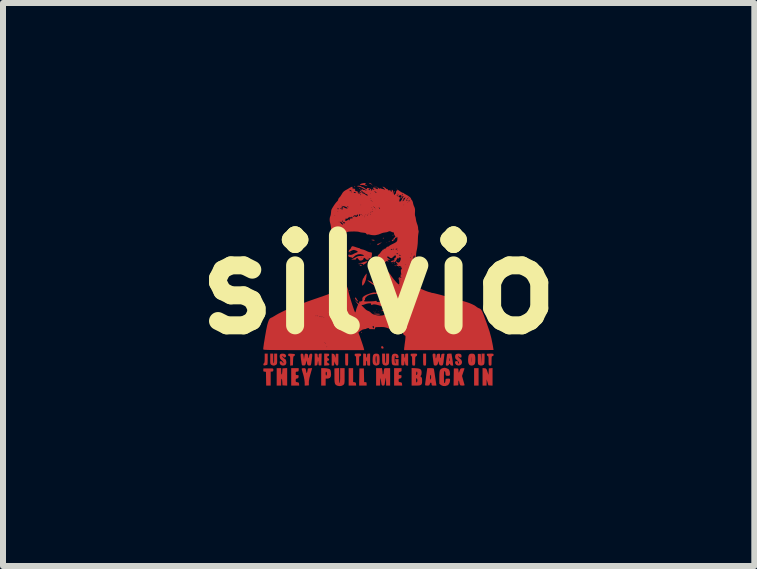
<source format=kicad_pcb>
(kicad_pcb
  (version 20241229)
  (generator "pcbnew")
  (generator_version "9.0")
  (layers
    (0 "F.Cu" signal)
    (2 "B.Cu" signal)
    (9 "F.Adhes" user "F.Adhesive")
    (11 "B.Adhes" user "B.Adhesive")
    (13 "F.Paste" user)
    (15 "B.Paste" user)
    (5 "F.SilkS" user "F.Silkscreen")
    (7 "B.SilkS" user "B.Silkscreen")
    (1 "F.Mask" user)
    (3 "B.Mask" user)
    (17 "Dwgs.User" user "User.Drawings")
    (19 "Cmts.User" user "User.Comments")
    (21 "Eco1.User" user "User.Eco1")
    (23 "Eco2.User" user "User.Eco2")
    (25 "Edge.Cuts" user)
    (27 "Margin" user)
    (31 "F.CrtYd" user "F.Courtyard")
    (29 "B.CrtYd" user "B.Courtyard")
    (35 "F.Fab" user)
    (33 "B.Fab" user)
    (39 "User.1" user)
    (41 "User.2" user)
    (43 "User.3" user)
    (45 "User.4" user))
  (footprint "silvio"
    (layer "F.Cu")
    (at 3.264 1.697)
    (property "Reference" "silvio" (at 0 0 0) (layer "F.SilkS") (effects (font (size 1.5 1.5) (thickness 0.3))))
    (attr board_only exclude_from_pos_files exclude_from_bom)
    (fp_poly (pts (xy -0.633 -0.329) (xy -0.637 -0.325) (xy -0.642 -0.329) (xy -0.637 -0.333)) (stroke (width 0) (type solid)) (fill yes) (layer "F.Cu"))
    (fp_poly (pts (xy -0.408 0.237) (xy -0.412 0.242) (xy -0.417 0.237) (xy -0.412 0.233)) (stroke (width 0) (type solid)) (fill yes) (layer "F.Cu"))
    (fp_poly (pts (xy -0.375 -1.587) (xy -0.379 -1.583) (xy -0.383 -1.587) (xy -0.379 -1.592)) (stroke (width 0) (type solid)) (fill yes) (layer "F.Cu"))
    (fp_poly (pts (xy -0.35 -1.579) (xy -0.354 -1.575) (xy -0.358 -1.579) (xy -0.354 -1.583)) (stroke (width 0) (type solid)) (fill yes) (layer "F.Cu"))
    (fp_poly (pts (xy -0.325 -1.571) (xy -0.329 -1.567) (xy -0.333 -1.571) (xy -0.329 -1.575)) (stroke (width 0) (type solid)) (fill yes) (layer "F.Cu"))
    (fp_poly (pts (xy -0.3 -0.362) (xy -0.304 -0.358) (xy -0.308 -0.362) (xy -0.304 -0.367)) (stroke (width 0) (type solid)) (fill yes) (layer "F.Cu"))
    (fp_poly (pts (xy -0.117 -1.621) (xy -0.121 -1.617) (xy -0.125 -1.621) (xy -0.121 -1.625)) (stroke (width 0) (type solid)) (fill yes) (layer "F.Cu"))
    (fp_poly (pts (xy -0.092 -1.654) (xy -0.096 -1.65) (xy -0.1 -1.654) (xy -0.096 -1.658)) (stroke (width 0) (type solid)) (fill yes) (layer "F.Cu"))
    (fp_poly (pts (xy -0.083 0.454) (xy -0.087 0.458) (xy -0.092 0.454) (xy -0.087 0.45)) (stroke (width 0) (type solid)) (fill yes) (layer "F.Cu"))
    (fp_poly (pts (xy -0.033 -1.637) (xy -0.037 -1.633) (xy -0.042 -1.637) (xy -0.037 -1.642)) (stroke (width 0) (type solid)) (fill yes) (layer "F.Cu"))
    (fp_poly (pts (xy -0.033 0.421) (xy -0.037 0.425) (xy -0.042 0.421) (xy -0.037 0.417)) (stroke (width 0) (type solid)) (fill yes) (layer "F.Cu"))
    (fp_poly (pts (xy 0 0.446) (xy -0.004 0.45) (xy -0.008 0.446) (xy -0.004 0.442)) (stroke (width 0) (type solid)) (fill yes) (layer "F.Cu"))
    (fp_poly (pts (xy 0.025 -0.013) (xy 0.021 -0.008) (xy 0.017 -0.013) (xy 0.021 -0.017)) (stroke (width 0) (type solid)) (fill yes) (layer "F.Cu"))
    (fp_poly (pts (xy 0.042 0.487) (xy 0.037 0.492) (xy 0.033 0.487) (xy 0.037 0.483)) (stroke (width 0) (type solid)) (fill yes) (layer "F.Cu"))
    (fp_poly (pts (xy 0.05 0.454) (xy 0.046 0.458) (xy 0.042 0.454) (xy 0.046 0.45)) (stroke (width 0) (type solid)) (fill yes) (layer "F.Cu"))
    (fp_poly (pts (xy 0.142 -0.704) (xy 0.138 -0.7) (xy 0.133 -0.704) (xy 0.138 -0.708)) (stroke (width 0) (type solid)) (fill yes) (layer "F.Cu"))
    (fp_poly (pts (xy 0.167 -0.721) (xy 0.163 -0.717) (xy 0.158 -0.721) (xy 0.163 -0.725)) (stroke (width 0) (type solid)) (fill yes) (layer "F.Cu"))
    (fp_poly (pts (xy 0.187 -1.583) (xy 0.184 -1.58) (xy 0.185 -1.582) (xy 0.187 -1.583)) (stroke (width 0) (type solid)) (fill yes) (layer "F.Cu"))
    (fp_poly (pts (xy 0.3 -1.596) (xy 0.296 -1.592) (xy 0.292 -1.596) (xy 0.296 -1.6)) (stroke (width 0) (type solid)) (fill yes) (layer "F.Cu"))
    (fp_poly (pts (xy 0.333 -0.404) (xy 0.329 -0.4) (xy 0.325 -0.404) (xy 0.329 -0.408)) (stroke (width 0) (type solid)) (fill yes) (layer "F.Cu"))
    (fp_poly (pts (xy 0.358 -1.396) (xy 0.354 -1.392) (xy 0.35 -1.396) (xy 0.354 -1.4)) (stroke (width 0) (type solid)) (fill yes) (layer "F.Cu"))
    (fp_poly (pts (xy -0.478 -0.531) (xy -0.479 -0.526) (xy -0.483 -0.525) (xy -0.49 -0.528) (xy -0.489 -0.531) (xy -0.479 -0.532)) (stroke (width 0) (type solid)) (fill yes) (layer "F.Cu"))
    (fp_poly (pts (xy -0.136 -0.681) (xy -0.137 -0.676) (xy -0.142 -0.675) (xy -0.149 -0.678) (xy -0.147 -0.681) (xy -0.137 -0.682)) (stroke (width 0) (type solid)) (fill yes) (layer "F.Cu"))
    (fp_poly (pts (xy 0.239 -0.364) (xy 0.24 -0.354) (xy 0.239 -0.353) (xy 0.234 -0.354) (xy 0.233 -0.358) (xy 0.236 -0.365)) (stroke (width 0) (type solid)) (fill yes) (layer "F.Cu"))
    (fp_poly (pts (xy -0.468 -0.547) (xy -0.459 -0.539) (xy -0.458 -0.537) (xy -0.462 -0.534) (xy -0.471 -0.541) (xy -0.472 -0.543) (xy -0.473 -0.549)) (stroke (width 0) (type solid)) (fill yes) (layer "F.Cu"))
    (fp_poly (pts (xy -0.284 0.789) (xy -0.28 0.795) (xy -0.278 0.807) (xy -0.284 0.805) (xy -0.288 0.799) (xy -0.29 0.789) (xy -0.289 0.787)) (stroke (width 0) (type solid)) (fill yes) (layer "F.Cu"))
    (fp_poly (pts (xy 0.182 -0.73) (xy 0.191 -0.722) (xy 0.192 -0.72) (xy 0.188 -0.717) (xy 0.179 -0.725) (xy 0.178 -0.726) (xy 0.177 -0.732)) (stroke (width 0) (type solid)) (fill yes) (layer "F.Cu"))
    (fp_poly (pts (xy -0.475 0.098) (xy -0.475 0.1) (xy -0.478 0.108) (xy -0.479 0.108) (xy -0.486 0.102) (xy -0.487 0.1) (xy -0.487 0.092) (xy -0.484 0.092)) (stroke (width 0) (type solid)) (fill yes) (layer "F.Cu"))
    (fp_poly (pts (xy -0.392 -1.636) (xy -0.392 -1.633) (xy -0.395 -1.625) (xy -0.395 -1.625) (xy -0.402 -1.631) (xy -0.404 -1.633) (xy -0.404 -1.641) (xy -0.4 -1.642)) (stroke (width 0) (type solid)) (fill yes) (layer "F.Cu"))
    (fp_poly (pts (xy -0.317 -1.538) (xy -0.309 -1.53) (xy -0.308 -1.529) (xy -0.315 -1.525) (xy -0.317 -1.525) (xy -0.325 -1.531) (xy -0.325 -1.534) (xy -0.32 -1.539)) (stroke (width 0) (type solid)) (fill yes) (layer "F.Cu"))
    (fp_poly (pts (xy -0.281 -0.322) (xy -0.279 -0.317) (xy -0.289 -0.312) (xy -0.304 -0.311) (xy -0.315 -0.315) (xy -0.317 -0.318) (xy -0.31 -0.323) (xy -0.295 -0.325)) (stroke (width 0) (type solid)) (fill yes) (layer "F.Cu"))
    (fp_poly (pts (xy -0.161 -0.386) (xy -0.163 -0.383) (xy -0.17 -0.375) (xy -0.172 -0.375) (xy -0.172 -0.38) (xy -0.171 -0.383) (xy -0.163 -0.391) (xy -0.162 -0.392)) (stroke (width 0) (type solid)) (fill yes) (layer "F.Cu"))
    (fp_poly (pts (xy -0.056 -1.634) (xy -0.039 -1.618) (xy -0.033 -1.61) (xy -0.036 -1.608) (xy -0.043 -1.614) (xy -0.056 -1.628) (xy -0.059 -1.631) (xy -0.079 -1.654)) (stroke (width 0) (type solid)) (fill yes) (layer "F.Cu"))
    (fp_poly (pts (xy -0.053 0.455) (xy -0.054 0.458) (xy -0.062 0.466) (xy -0.063 0.467) (xy -0.067 0.46) (xy -0.067 0.458) (xy -0.06 0.45) (xy -0.058 0.45)) (stroke (width 0) (type solid)) (fill yes) (layer "F.Cu"))
    (fp_poly (pts (xy 0.089 -0.778) (xy 0.087 -0.775) (xy 0.076 -0.767) (xy 0.074 -0.767) (xy 0.069 -0.772) (xy 0.071 -0.775) (xy 0.082 -0.783) (xy 0.084 -0.783)) (stroke (width 0) (type solid)) (fill yes) (layer "F.Cu"))
    (fp_poly (pts (xy 0.247 -0.828) (xy 0.246 -0.825) (xy 0.238 -0.817) (xy 0.237 -0.817) (xy 0.233 -0.823) (xy 0.233 -0.825) (xy 0.24 -0.833) (xy 0.242 -0.833)) (stroke (width 0) (type solid)) (fill yes) (layer "F.Cu"))
    (fp_poly (pts (xy 0.272 -0.361) (xy 0.271 -0.358) (xy 0.263 -0.35) (xy 0.262 -0.35) (xy 0.261 -0.355) (xy 0.263 -0.358) (xy 0.27 -0.366) (xy 0.272 -0.367)) (stroke (width 0) (type solid)) (fill yes) (layer "F.Cu"))
    (fp_poly (pts (xy 0.273 -1.555) (xy 0.273 -1.552) (xy 0.271 -1.536) (xy 0.267 -1.535) (xy 0.264 -1.54) (xy 0.264 -1.552) (xy 0.267 -1.559) (xy 0.272 -1.564)) (stroke (width 0) (type solid)) (fill yes) (layer "F.Cu"))
    (fp_poly (pts (xy 0.283 -0.319) (xy 0.283 -0.317) (xy 0.277 -0.309) (xy 0.275 -0.308) (xy 0.267 -0.315) (xy 0.267 -0.317) (xy 0.273 -0.325) (xy 0.275 -0.325)) (stroke (width 0) (type solid)) (fill yes) (layer "F.Cu"))
    (fp_poly (pts (xy 0.339 -0.303) (xy 0.338 -0.3) (xy 0.33 -0.292) (xy 0.328 -0.292) (xy 0.328 -0.297) (xy 0.329 -0.3) (xy 0.337 -0.308) (xy 0.338 -0.308)) (stroke (width 0) (type solid)) (fill yes) (layer "F.Cu"))
    (fp_poly (pts (xy 0.364 -0.295) (xy 0.362 -0.292) (xy 0.355 -0.284) (xy 0.354 -0.283) (xy 0.35 -0.29) (xy 0.35 -0.292) (xy 0.356 -0.3) (xy 0.359 -0.3)) (stroke (width 0) (type solid)) (fill yes) (layer "F.Cu"))
    (fp_poly (pts (xy 1.667 1.538) (xy 1.667 1.683) (xy 1.629 1.683) (xy 1.592 1.683) (xy 1.592 1.538) (xy 1.592 1.392) (xy 1.629 1.392) (xy 1.667 1.392)) (stroke (width 0) (type solid)) (fill yes) (layer "F.Cu"))
    (fp_poly (pts (xy -0.078 -0.748) (xy -0.067 -0.743) (xy -0.067 -0.742) (xy -0.073 -0.735) (xy -0.091 -0.735) (xy -0.113 -0.742) (xy -0.12 -0.746) (xy -0.114 -0.749) (xy -0.098 -0.749)) (stroke (width 0) (type solid)) (fill yes) (layer "F.Cu"))
    (fp_poly (pts (xy 0.224 0.762) (xy 0.233 0.771) (xy 0.242 0.784) (xy 0.248 0.796) (xy 0.247 0.8) (xy 0.241 0.794) (xy 0.23 0.779) (xy 0.229 0.778) (xy 0.222 0.765) (xy 0.223 0.761)) (stroke (width 0) (type solid)) (fill yes) (layer "F.Cu"))
    (fp_poly (pts (xy -0.149 -1.696) (xy -0.129 -1.687) (xy -0.124 -1.684) (xy -0.107 -1.672) (xy -0.105 -1.668) (xy -0.116 -1.671) (xy -0.14 -1.68) (xy -0.142 -1.681) (xy -0.158 -1.69) (xy -0.163 -1.696) (xy -0.161 -1.697)) (stroke (width 0) (type solid)) (fill yes) (layer "F.Cu"))
    (fp_poly (pts (xy 0.073 1.032) (xy 0.081 1.045) (xy 0.082 1.048) (xy 0.08 1.063) (xy 0.069 1.067) (xy 0.053 1.064) (xy 0.047 1.061) (xy 0.043 1.049) (xy 0.042 1.04) (xy 0.047 1.028) (xy 0.059 1.025)) (stroke (width 0) (type solid)) (fill yes) (layer "F.Cu"))
    (fp_poly (pts (xy -0.318 -1.604) (xy -0.305 -1.598) (xy -0.298 -1.593) (xy -0.292 -1.585) (xy -0.294 -1.583) (xy -0.302 -1.589) (xy -0.304 -1.592) (xy -0.314 -1.597) (xy -0.317 -1.596) (xy -0.327 -1.597) (xy -0.329 -1.599) (xy -0.328 -1.605)) (stroke (width 0) (type solid)) (fill yes) (layer "F.Cu"))
    (fp_poly (pts (xy 0.066 0.423) (xy 0.067 0.425) (xy 0.072 0.43) (xy 0.075 0.429) (xy 0.083 0.43) (xy 0.083 0.432) (xy 0.076 0.439) (xy 0.067 0.439) (xy 0.053 0.434) (xy 0.05 0.427) (xy 0.055 0.417) (xy 0.058 0.417)) (stroke (width 0) (type solid)) (fill yes) (layer "F.Cu"))
    (fp_poly (pts (xy -0.425 1.508) (xy -0.425 1.624) (xy -0.402 1.627) (xy -0.386 1.631) (xy -0.378 1.644) (xy -0.377 1.656) (xy -0.374 1.683) (xy -0.437 1.683) (xy -0.5 1.683) (xy -0.5 1.538) (xy -0.5 1.392) (xy -0.463 1.392) (xy -0.425 1.392)) (stroke (width 0) (type solid)) (fill yes) (layer "F.Cu"))
    (fp_poly (pts (xy -0.376 0.219) (xy -0.373 0.226) (xy -0.361 0.248) (xy -0.352 0.26) (xy -0.344 0.273) (xy -0.344 0.28) (xy -0.352 0.278) (xy -0.367 0.266) (xy -0.375 0.258) (xy -0.39 0.24) (xy -0.394 0.228) (xy -0.39 0.219) (xy -0.382 0.212)) (stroke (width 0) (type solid)) (fill yes) (layer "F.Cu"))
    (fp_poly (pts (xy -0.244 1.51) (xy -0.241 1.625) (xy -0.221 1.625) (xy -0.207 1.627) (xy -0.201 1.637) (xy -0.2 1.654) (xy -0.2 1.683) (xy -0.263 1.683) (xy -0.325 1.683) (xy -0.323 1.54) (xy -0.321 1.396) (xy -0.283 1.396) (xy -0.246 1.396)) (stroke (width 0) (type solid)) (fill yes) (layer "F.Cu"))
    (fp_poly (pts (xy -0.004 0.485) (xy 0.017 0.487) (xy 0.025 0.492) (xy 0.025 0.492) (xy 0.018 0.496) (xy -0.001 0.499) (xy -0.026 0.499) (xy -0.052 0.496) (xy -0.074 0.492) (xy -0.075 0.492) (xy -0.081 0.488) (xy -0.073 0.486) (xy -0.048 0.484) (xy -0.035 0.484)) (stroke (width 0) (type solid)) (fill yes) (layer "F.Cu"))
    (fp_poly (pts (xy 0.05 -0.705) (xy 0.044 -0.698) (xy 0.029 -0.687) (xy 0.01 -0.673) (xy -0.007 -0.663) (xy -0.017 -0.658) (xy -0.017 -0.658) (xy -0.022 -0.665) (xy -0.022 -0.671) (xy -0.015 -0.681) (xy -0.007 -0.683) (xy 0.012 -0.688) (xy 0.029 -0.697) (xy 0.044 -0.705) (xy 0.05 -0.705)) (stroke (width 0) (type solid)) (fill yes) (layer "F.Cu"))
    (fp_poly (pts (xy -0.508 1.25) (xy -0.508 1.292) (xy -0.509 1.32) (xy -0.511 1.338) (xy -0.514 1.346) (xy -0.52 1.35) (xy -0.528 1.35) (xy -0.545 1.348) (xy -0.553 1.344) (xy -0.555 1.334) (xy -0.557 1.311) (xy -0.558 1.278) (xy -0.558 1.244) (xy -0.558 1.15) (xy -0.533 1.15) (xy -0.508 1.15)) (stroke (width 0) (type solid)) (fill yes) (layer "F.Cu"))
    (fp_poly (pts (xy 0.792 1.25) (xy 0.792 1.292) (xy 0.791 1.32) (xy 0.789 1.338) (xy 0.786 1.346) (xy 0.78 1.35) (xy 0.772 1.35) (xy 0.755 1.348) (xy 0.747 1.344) (xy 0.745 1.334) (xy 0.743 1.311) (xy 0.742 1.278) (xy 0.742 1.244) (xy 0.742 1.15) (xy 0.767 1.15) (xy 0.792 1.15)) (stroke (width 0) (type solid)) (fill yes) (layer "F.Cu"))
    (fp_poly (pts (xy -0.204 -0.133) (xy -0.214 -0.079) (xy -0.231 -0.034) (xy -0.248 -0.005) (xy -0.262 0.012) (xy -0.272 0.015) (xy -0.276 0.003) (xy -0.276 0.003) (xy -0.276 -0.034) (xy -0.27 -0.07) (xy -0.261 -0.098) (xy -0.254 -0.108) (xy -0.244 -0.122) (xy -0.241 -0.13) (xy -0.236 -0.141) (xy -0.224 -0.158) (xy -0.22 -0.163) (xy -0.198 -0.188)) (stroke (width 0) (type solid)) (fill yes) (layer "F.Cu"))
    (fp_poly (pts (xy -1.85 1.241) (xy -1.851 1.278) (xy -1.852 1.309) (xy -1.854 1.329) (xy -1.856 1.336) (xy -1.868 1.34) (xy -1.888 1.345) (xy -1.89 1.346) (xy -1.91 1.348) (xy -1.92 1.342) (xy -1.922 1.337) (xy -1.921 1.32) (xy -1.914 1.312) (xy -1.907 1.304) (xy -1.903 1.289) (xy -1.901 1.265) (xy -1.9 1.227) (xy -1.9 1.226) (xy -1.9 1.15) (xy -1.875 1.15) (xy -1.85 1.15)) (stroke (width 0) (type solid)) (fill yes) (layer "F.Cu"))
    (fp_poly (pts (xy -1.799 1.396) (xy -1.775 1.397) (xy -1.762 1.4) (xy -1.756 1.408) (xy -1.756 1.421) (xy -1.757 1.438) (xy -1.766 1.447) (xy -1.779 1.45) (xy -1.8 1.45) (xy -1.8 1.567) (xy -1.8 1.683) (xy -1.837 1.683) (xy -1.875 1.683) (xy -1.877 1.569) (xy -1.879 1.454) (xy -1.903 1.451) (xy -1.919 1.448) (xy -1.924 1.437) (xy -1.923 1.422) (xy -1.921 1.396) (xy -1.837 1.396)) (stroke (width 0) (type solid)) (fill yes) (layer "F.Cu"))
    (fp_poly (pts (xy -0.216 -1.691) (xy -0.214 -1.685) (xy -0.224 -1.675) (xy -0.228 -1.675) (xy -0.228 -1.671) (xy -0.215 -1.662) (xy -0.208 -1.658) (xy -0.191 -1.648) (xy -0.188 -1.643) (xy -0.2 -1.645) (xy -0.226 -1.654) (xy -0.226 -1.654) (xy -0.256 -1.661) (xy -0.286 -1.662) (xy -0.287 -1.662) (xy -0.307 -1.661) (xy -0.313 -1.664) (xy -0.307 -1.672) (xy -0.304 -1.675) (xy -0.291 -1.684) (xy -0.27 -1.69) (xy -0.247 -1.694) (xy -0.228 -1.694)) (stroke (width 0) (type solid)) (fill yes) (layer "F.Cu"))
    (fp_poly (pts (xy 1.9 1.537) (xy 1.9 1.684) (xy 1.865 1.682) (xy 1.83 1.679) (xy 1.816 1.629) (xy 1.801 1.579) (xy 1.801 1.631) (xy 1.8 1.683) (xy 1.767 1.683) (xy 1.733 1.683) (xy 1.733 1.537) (xy 1.733 1.391) (xy 1.765 1.393) (xy 1.781 1.395) (xy 1.792 1.401) (xy 1.801 1.413) (xy 1.81 1.437) (xy 1.814 1.45) (xy 1.832 1.504) (xy 1.835 1.45) (xy 1.837 1.396) (xy 1.869 1.393) (xy 1.9 1.391)) (stroke (width 0) (type solid)) (fill yes) (layer "F.Cu"))
    (fp_poly (pts (xy 1.767 1.236) (xy 1.766 1.277) (xy 1.765 1.304) (xy 1.761 1.321) (xy 1.756 1.332) (xy 1.751 1.336) (xy 1.728 1.348) (xy 1.699 1.349) (xy 1.673 1.34) (xy 1.67 1.338) (xy 1.663 1.331) (xy 1.658 1.32) (xy 1.656 1.302) (xy 1.654 1.273) (xy 1.654 1.24) (xy 1.654 1.154) (xy 1.679 1.154) (xy 1.704 1.154) (xy 1.709 1.238) (xy 1.713 1.321) (xy 1.715 1.235) (xy 1.717 1.15) (xy 1.742 1.15) (xy 1.767 1.15)) (stroke (width 0) (type solid)) (fill yes) (layer "F.Cu"))
    (fp_poly (pts (xy -1.466 1.151) (xy -1.453 1.152) (xy -1.422 1.154) (xy -1.405 1.157) (xy -1.397 1.163) (xy -1.395 1.17) (xy -1.4 1.185) (xy -1.409 1.189) (xy -1.416 1.193) (xy -1.421 1.202) (xy -1.424 1.22) (xy -1.426 1.249) (xy -1.427 1.27) (xy -1.429 1.346) (xy -1.452 1.348) (xy -1.475 1.351) (xy -1.475 1.271) (xy -1.475 1.234) (xy -1.476 1.211) (xy -1.479 1.198) (xy -1.484 1.193) (xy -1.492 1.192) (xy -1.505 1.187) (xy -1.508 1.17) (xy -1.508 1.159) (xy -1.503 1.153) (xy -1.49 1.151)) (stroke (width 0) (type solid)) (fill yes) (layer "F.Cu"))
    (fp_poly (pts (xy -1.525 1.538) (xy -1.525 1.684) (xy -1.565 1.682) (xy -1.604 1.679) (xy -1.607 1.623) (xy -1.61 1.589) (xy -1.614 1.571) (xy -1.619 1.569) (xy -1.623 1.584) (xy -1.625 1.614) (xy -1.625 1.625) (xy -1.625 1.683) (xy -1.663 1.683) (xy -1.7 1.683) (xy -1.7 1.538) (xy -1.7 1.392) (xy -1.663 1.392) (xy -1.625 1.392) (xy -1.625 1.446) (xy -1.623 1.479) (xy -1.62 1.496) (xy -1.615 1.497) (xy -1.61 1.482) (xy -1.607 1.451) (xy -1.607 1.448) (xy -1.604 1.396) (xy -1.565 1.393) (xy -1.525 1.391)) (stroke (width 0) (type solid)) (fill yes) (layer "F.Cu"))
    (fp_poly (pts (xy -0.842 1.151) (xy -0.83 1.154) (xy -0.825 1.162) (xy -0.825 1.171) (xy -0.829 1.187) (xy -0.842 1.192) (xy -0.856 1.198) (xy -0.858 1.207) (xy -0.851 1.222) (xy -0.842 1.227) (xy -0.828 1.239) (xy -0.825 1.249) (xy -0.83 1.264) (xy -0.842 1.267) (xy -0.855 1.272) (xy -0.86 1.286) (xy -0.855 1.3) (xy -0.842 1.309) (xy -0.84 1.31) (xy -0.824 1.318) (xy -0.821 1.329) (xy -0.823 1.339) (xy -0.833 1.345) (xy -0.854 1.348) (xy -0.865 1.348) (xy -0.908 1.351) (xy -0.908 1.25) (xy -0.908 1.15) (xy -0.867 1.15)) (stroke (width 0) (type solid)) (fill yes) (layer "F.Cu"))
    (fp_poly (pts (xy -0.761 1.152) (xy -0.745 1.157) (xy -0.734 1.17) (xy -0.728 1.188) (xy -0.718 1.221) (xy -0.717 1.185) (xy -0.716 1.163) (xy -0.712 1.153) (xy -0.701 1.151) (xy -0.694 1.152) (xy -0.671 1.154) (xy -0.671 1.25) (xy -0.671 1.291) (xy -0.672 1.319) (xy -0.674 1.335) (xy -0.678 1.344) (xy -0.684 1.347) (xy -0.69 1.349) (xy -0.703 1.347) (xy -0.714 1.336) (xy -0.725 1.315) (xy -0.74 1.279) (xy -0.741 1.315) (xy -0.742 1.337) (xy -0.747 1.347) (xy -0.759 1.35) (xy -0.762 1.35) (xy -0.783 1.35) (xy -0.783 1.249) (xy -0.783 1.149)) (stroke (width 0) (type solid)) (fill yes) (layer "F.Cu"))
    (fp_poly (pts (xy 0.108 1.229) (xy 0.109 1.263) (xy 0.111 1.292) (xy 0.115 1.309) (xy 0.117 1.312) (xy 0.121 1.307) (xy 0.124 1.286) (xy 0.125 1.251) (xy 0.125 1.234) (xy 0.125 1.15) (xy 0.15 1.15) (xy 0.175 1.15) (xy 0.175 1.236) (xy 0.175 1.277) (xy 0.173 1.304) (xy 0.17 1.321) (xy 0.164 1.332) (xy 0.16 1.336) (xy 0.136 1.348) (xy 0.107 1.349) (xy 0.081 1.339) (xy 0.075 1.333) (xy 0.067 1.323) (xy 0.062 1.31) (xy 0.06 1.29) (xy 0.058 1.259) (xy 0.058 1.233) (xy 0.058 1.15) (xy 0.083 1.15) (xy 0.108 1.15)) (stroke (width 0) (type solid)) (fill yes) (layer "F.Cu"))
    (fp_poly (pts (xy -1.758 1.229) (xy -1.758 1.263) (xy -1.755 1.292) (xy -1.752 1.309) (xy -1.75 1.312) (xy -1.746 1.307) (xy -1.743 1.286) (xy -1.742 1.251) (xy -1.742 1.234) (xy -1.742 1.15) (xy -1.717 1.15) (xy -1.692 1.15) (xy -1.692 1.237) (xy -1.692 1.276) (xy -1.693 1.303) (xy -1.696 1.319) (xy -1.701 1.329) (xy -1.709 1.336) (xy -1.71 1.337) (xy -1.733 1.347) (xy -1.75 1.35) (xy -1.774 1.345) (xy -1.79 1.337) (xy -1.798 1.33) (xy -1.804 1.32) (xy -1.807 1.305) (xy -1.808 1.28) (xy -1.808 1.243) (xy -1.808 1.237) (xy -1.808 1.15) (xy -1.783 1.15) (xy -1.758 1.15)) (stroke (width 0) (type solid)) (fill yes) (layer "F.Cu"))
    (fp_poly (pts (xy -1.333 1.421) (xy -1.335 1.44) (xy -1.342 1.448) (xy -1.358 1.45) (xy -1.375 1.452) (xy -1.382 1.46) (xy -1.383 1.479) (xy -1.382 1.499) (xy -1.375 1.507) (xy -1.358 1.508) (xy -1.34 1.51) (xy -1.334 1.518) (xy -1.335 1.535) (xy -1.339 1.555) (xy -1.35 1.563) (xy -1.36 1.565) (xy -1.376 1.569) (xy -1.382 1.58) (xy -1.383 1.596) (xy -1.382 1.615) (xy -1.373 1.624) (xy -1.356 1.627) (xy -1.337 1.631) (xy -1.329 1.641) (xy -1.327 1.656) (xy -1.324 1.683) (xy -1.391 1.683) (xy -1.458 1.683) (xy -1.458 1.538) (xy -1.458 1.392) (xy -1.396 1.392) (xy -1.333 1.392)) (stroke (width 0) (type solid)) (fill yes) (layer "F.Cu"))
    (fp_poly (pts (xy 0.383 1.42) (xy 0.382 1.44) (xy 0.373 1.449) (xy 0.36 1.452) (xy 0.344 1.456) (xy 0.337 1.469) (xy 0.335 1.481) (xy 0.335 1.5) (xy 0.341 1.507) (xy 0.358 1.508) (xy 0.376 1.51) (xy 0.382 1.518) (xy 0.382 1.535) (xy 0.377 1.555) (xy 0.366 1.563) (xy 0.356 1.565) (xy 0.34 1.569) (xy 0.334 1.58) (xy 0.333 1.596) (xy 0.335 1.615) (xy 0.343 1.624) (xy 0.36 1.627) (xy 0.38 1.631) (xy 0.388 1.641) (xy 0.39 1.656) (xy 0.393 1.683) (xy 0.326 1.683) (xy 0.258 1.683) (xy 0.258 1.538) (xy 0.258 1.392) (xy 0.321 1.392) (xy 0.383 1.392)) (stroke (width 0) (type solid)) (fill yes) (layer "F.Cu"))
    (fp_poly (pts (xy -1.026 1.151) (xy -1.019 1.158) (xy -1.017 1.176) (xy -1.017 1.183) (xy -1.015 1.204) (xy -1.01 1.216) (xy -1.008 1.217) (xy -1.001 1.21) (xy -1 1.198) (xy -1.001 1.171) (xy -0.997 1.156) (xy -0.987 1.151) (xy -0.975 1.15) (xy -0.949 1.15) (xy -0.952 1.248) (xy -0.954 1.346) (xy -0.977 1.348) (xy -0.995 1.347) (xy -1.001 1.337) (xy -1.001 1.336) (xy -1.003 1.315) (xy -1.005 1.3) (xy -1.007 1.278) (xy -1.01 1.272) (xy -1.013 1.283) (xy -1.016 1.304) (xy -1.02 1.329) (xy -1.026 1.342) (xy -1.036 1.347) (xy -1.044 1.348) (xy -1.067 1.351) (xy -1.067 1.251) (xy -1.067 1.15) (xy -1.042 1.15)) (stroke (width 0) (type solid)) (fill yes) (layer "F.Cu"))
    (fp_poly (pts (xy -0.875 1.394) (xy -0.845 1.399) (xy -0.83 1.403) (xy -0.813 1.412) (xy -0.803 1.424) (xy -0.798 1.445) (xy -0.796 1.457) (xy -0.793 1.503) (xy -0.799 1.536) (xy -0.815 1.556) (xy -0.842 1.566) (xy -0.858 1.567) (xy -0.883 1.567) (xy -0.883 1.625) (xy -0.883 1.683) (xy -0.921 1.683) (xy -0.958 1.683) (xy -0.958 1.538) (xy -0.958 1.483) (xy -0.883 1.483) (xy -0.881 1.507) (xy -0.876 1.515) (xy -0.873 1.515) (xy -0.866 1.505) (xy -0.863 1.485) (xy -0.863 1.483) (xy -0.865 1.463) (xy -0.872 1.452) (xy -0.873 1.452) (xy -0.88 1.456) (xy -0.883 1.474) (xy -0.883 1.483) (xy -0.958 1.483) (xy -0.958 1.392) (xy -0.908 1.392)) (stroke (width 0) (type solid)) (fill yes) (layer "F.Cu"))
    (fp_poly (pts (xy 1.893 1.15) (xy 1.908 1.153) (xy 1.915 1.158) (xy 1.917 1.168) (xy 1.917 1.171) (xy 1.913 1.187) (xy 1.9 1.192) (xy 1.892 1.193) (xy 1.887 1.199) (xy 1.885 1.212) (xy 1.884 1.236) (xy 1.883 1.271) (xy 1.883 1.308) (xy 1.882 1.331) (xy 1.879 1.343) (xy 1.874 1.349) (xy 1.866 1.35) (xy 1.864 1.35) (xy 1.846 1.348) (xy 1.839 1.344) (xy 1.836 1.334) (xy 1.834 1.311) (xy 1.833 1.28) (xy 1.833 1.265) (xy 1.833 1.228) (xy 1.831 1.206) (xy 1.827 1.194) (xy 1.822 1.192) (xy 1.811 1.185) (xy 1.805 1.17) (xy 1.805 1.157) (xy 1.806 1.155) (xy 1.817 1.152) (xy 1.838 1.151) (xy 1.864 1.15)) (stroke (width 0) (type solid)) (fill yes) (layer "F.Cu"))
    (fp_poly (pts (xy -1.229 1.393) (xy -1.219 1.399) (xy -1.213 1.416) (xy -1.212 1.423) (xy -1.206 1.455) (xy -1.201 1.472) (xy -1.196 1.473) (xy -1.192 1.459) (xy -1.188 1.442) (xy -1.179 1.396) (xy -1.144 1.393) (xy -1.122 1.392) (xy -1.11 1.393) (xy -1.108 1.393) (xy -1.111 1.402) (xy -1.117 1.423) (xy -1.126 1.454) (xy -1.136 1.492) (xy -1.137 1.493) (xy -1.154 1.558) (xy -1.163 1.608) (xy -1.164 1.634) (xy -1.163 1.679) (xy -1.198 1.682) (xy -1.233 1.684) (xy -1.233 1.632) (xy -1.238 1.585) (xy -1.249 1.529) (xy -1.258 1.496) (xy -1.269 1.46) (xy -1.277 1.43) (xy -1.282 1.409) (xy -1.283 1.402) (xy -1.276 1.395) (xy -1.254 1.392) (xy -1.25 1.392)) (stroke (width 0) (type solid)) (fill yes) (layer "F.Cu"))
    (fp_poly (pts (xy -0.658 1.516) (xy -0.658 1.567) (xy -0.656 1.606) (xy -0.654 1.631) (xy -0.65 1.642) (xy -0.65 1.642) (xy -0.647 1.634) (xy -0.644 1.61) (xy -0.642 1.573) (xy -0.642 1.524) (xy -0.642 1.517) (xy -0.642 1.392) (xy -0.604 1.392) (xy -0.567 1.392) (xy -0.567 1.521) (xy -0.567 1.57) (xy -0.567 1.606) (xy -0.569 1.63) (xy -0.571 1.646) (xy -0.576 1.657) (xy -0.582 1.666) (xy -0.587 1.671) (xy -0.613 1.686) (xy -0.647 1.692) (xy -0.682 1.687) (xy -0.702 1.679) (xy -0.715 1.67) (xy -0.724 1.658) (xy -0.731 1.64) (xy -0.735 1.613) (xy -0.737 1.576) (xy -0.737 1.525) (xy -0.737 1.508) (xy -0.738 1.396) (xy -0.698 1.393) (xy -0.658 1.391)) (stroke (width 0) (type solid)) (fill yes) (layer "F.Cu"))
    (fp_poly (pts (xy -0.317 1.15) (xy -0.3 1.152) (xy -0.293 1.158) (xy -0.292 1.167) (xy -0.292 1.171) (xy -0.296 1.187) (xy -0.308 1.192) (xy -0.316 1.193) (xy -0.321 1.199) (xy -0.324 1.212) (xy -0.325 1.236) (xy -0.325 1.271) (xy -0.325 1.308) (xy -0.326 1.331) (xy -0.329 1.343) (xy -0.334 1.349) (xy -0.342 1.35) (xy -0.344 1.35) (xy -0.362 1.348) (xy -0.369 1.344) (xy -0.372 1.334) (xy -0.374 1.311) (xy -0.375 1.28) (xy -0.375 1.265) (xy -0.376 1.229) (xy -0.377 1.207) (xy -0.381 1.195) (xy -0.387 1.192) (xy -0.388 1.192) (xy -0.398 1.184) (xy -0.4 1.171) (xy -0.399 1.16) (xy -0.394 1.153) (xy -0.38 1.151) (xy -0.355 1.15) (xy -0.346 1.15)) (stroke (width 0) (type solid)) (fill yes) (layer "F.Cu"))
    (fp_poly (pts (xy -0.217 1.151) (xy -0.21 1.158) (xy -0.208 1.176) (xy -0.208 1.183) (xy -0.206 1.204) (xy -0.202 1.216) (xy -0.2 1.217) (xy -0.195 1.209) (xy -0.192 1.191) (xy -0.192 1.183) (xy -0.191 1.162) (xy -0.185 1.152) (xy -0.172 1.15) (xy -0.167 1.15) (xy -0.142 1.15) (xy -0.142 1.25) (xy -0.142 1.35) (xy -0.167 1.35) (xy -0.181 1.349) (xy -0.189 1.343) (xy -0.191 1.329) (xy -0.192 1.308) (xy -0.193 1.285) (xy -0.197 1.269) (xy -0.2 1.267) (xy -0.205 1.274) (xy -0.208 1.293) (xy -0.208 1.308) (xy -0.209 1.333) (xy -0.212 1.345) (xy -0.221 1.35) (xy -0.233 1.35) (xy -0.258 1.35) (xy -0.258 1.25) (xy -0.258 1.15) (xy -0.233 1.15)) (stroke (width 0) (type solid)) (fill yes) (layer "F.Cu"))
    (fp_poly (pts (xy -0.186 -0.386) (xy -0.192 -0.376) (xy -0.2 -0.368) (xy -0.217 -0.354) (xy -0.235 -0.342) (xy -0.251 -0.333) (xy -0.261 -0.329) (xy -0.263 -0.332) (xy -0.261 -0.335) (xy -0.257 -0.342) (xy -0.262 -0.345) (xy -0.279 -0.345) (xy -0.297 -0.343) (xy -0.324 -0.342) (xy -0.338 -0.344) (xy -0.339 -0.347) (xy -0.328 -0.352) (xy -0.309 -0.352) (xy -0.308 -0.352) (xy -0.289 -0.351) (xy -0.286 -0.356) (xy -0.287 -0.357) (xy -0.286 -0.362) (xy -0.275 -0.362) (xy -0.271 -0.358) (xy -0.267 -0.362) (xy -0.271 -0.367) (xy -0.275 -0.362) (xy -0.286 -0.362) (xy -0.286 -0.366) (xy -0.282 -0.368) (xy -0.263 -0.371) (xy -0.245 -0.377) (xy -0.23 -0.382) (xy -0.209 -0.389) (xy -0.193 -0.39)) (stroke (width 0) (type solid)) (fill yes) (layer "F.Cu"))
    (fp_poly (pts (xy 0.617 1.15) (xy 0.633 1.152) (xy 0.64 1.158) (xy 0.642 1.167) (xy 0.642 1.17) (xy 0.636 1.188) (xy 0.626 1.194) (xy 0.617 1.199) (xy 0.612 1.21) (xy 0.61 1.231) (xy 0.61 1.251) (xy 0.609 1.293) (xy 0.609 1.321) (xy 0.607 1.338) (xy 0.604 1.347) (xy 0.599 1.35) (xy 0.591 1.35) (xy 0.589 1.35) (xy 0.571 1.348) (xy 0.564 1.344) (xy 0.561 1.334) (xy 0.559 1.311) (xy 0.558 1.28) (xy 0.558 1.265) (xy 0.558 1.229) (xy 0.556 1.207) (xy 0.552 1.195) (xy 0.546 1.192) (xy 0.546 1.192) (xy 0.536 1.184) (xy 0.533 1.171) (xy 0.534 1.16) (xy 0.54 1.153) (xy 0.553 1.151) (xy 0.579 1.15) (xy 0.588 1.15)) (stroke (width 0) (type solid)) (fill yes) (layer "F.Cu"))
    (fp_poly (pts (xy 1.58 1.152) (xy 1.597 1.161) (xy 1.607 1.179) (xy 1.612 1.209) (xy 1.613 1.244) (xy 1.612 1.281) (xy 1.609 1.306) (xy 1.604 1.322) (xy 1.597 1.332) (xy 1.575 1.346) (xy 1.548 1.35) (xy 1.523 1.344) (xy 1.513 1.337) (xy 1.501 1.319) (xy 1.494 1.293) (xy 1.492 1.256) (xy 1.492 1.25) (xy 1.553 1.25) (xy 1.553 1.277) (xy 1.554 1.292) (xy 1.555 1.292) (xy 1.556 1.285) (xy 1.557 1.252) (xy 1.556 1.218) (xy 1.556 1.215) (xy 1.555 1.206) (xy 1.554 1.213) (xy 1.553 1.233) (xy 1.553 1.25) (xy 1.492 1.25) (xy 1.493 1.228) (xy 1.498 1.19) (xy 1.508 1.167) (xy 1.525 1.154) (xy 1.551 1.15) (xy 1.554 1.15)) (stroke (width 0) (type solid)) (fill yes) (layer "F.Cu"))
    (fp_poly (pts (xy 0.492 1.251) (xy 0.492 1.351) (xy 0.469 1.348) (xy 0.455 1.345) (xy 0.447 1.337) (xy 0.443 1.318) (xy 0.441 1.304) (xy 0.437 1.28) (xy 0.435 1.272) (xy 0.433 1.28) (xy 0.431 1.305) (xy 0.431 1.312) (xy 0.428 1.334) (xy 0.422 1.344) (xy 0.407 1.348) (xy 0.406 1.348) (xy 0.387 1.347) (xy 0.379 1.34) (xy 0.377 1.327) (xy 0.376 1.301) (xy 0.376 1.268) (xy 0.377 1.241) (xy 0.379 1.154) (xy 0.404 1.154) (xy 0.421 1.156) (xy 0.428 1.164) (xy 0.429 1.183) (xy 0.429 1.185) (xy 0.431 1.206) (xy 0.435 1.22) (xy 0.435 1.222) (xy 0.439 1.218) (xy 0.441 1.202) (xy 0.442 1.189) (xy 0.442 1.165) (xy 0.446 1.154) (xy 0.456 1.15) (xy 0.467 1.15) (xy 0.492 1.15)) (stroke (width 0) (type solid)) (fill yes) (layer "F.Cu"))
    (fp_poly (pts (xy 0.307 1.157) (xy 0.326 1.175) (xy 0.333 1.203) (xy 0.333 1.203) (xy 0.331 1.219) (xy 0.32 1.224) (xy 0.308 1.225) (xy 0.29 1.223) (xy 0.284 1.213) (xy 0.283 1.204) (xy 0.28 1.189) (xy 0.275 1.183) (xy 0.27 1.191) (xy 0.268 1.21) (xy 0.267 1.236) (xy 0.267 1.264) (xy 0.269 1.29) (xy 0.273 1.308) (xy 0.276 1.313) (xy 0.282 1.312) (xy 0.283 1.299) (xy 0.281 1.28) (xy 0.275 1.242) (xy 0.304 1.242) (xy 0.333 1.242) (xy 0.333 1.294) (xy 0.333 1.347) (xy 0.288 1.348) (xy 0.257 1.346) (xy 0.238 1.34) (xy 0.23 1.334) (xy 0.223 1.321) (xy 0.219 1.299) (xy 0.217 1.265) (xy 0.217 1.249) (xy 0.218 1.206) (xy 0.224 1.177) (xy 0.235 1.16) (xy 0.254 1.152) (xy 0.276 1.15)) (stroke (width 0) (type solid)) (fill yes) (layer "F.Cu"))
    (fp_poly (pts (xy -0.017 1.152) (xy -0.000062 1.16) (xy 0.01 1.176) (xy 0.015 1.204) (xy 0.017 1.245) (xy 0.017 1.25) (xy 0.016 1.286) (xy 0.015 1.309) (xy 0.011 1.323) (xy 0.004 1.332) (xy -0.002 1.337) (xy -0.03 1.349) (xy -0.06 1.347) (xy -0.083 1.333) (xy -0.092 1.322) (xy -0.097 1.305) (xy -0.1 1.281) (xy -0.1 1.252) (xy -0.1 1.247) (xy -0.051 1.247) (xy -0.049 1.275) (xy -0.045 1.299) (xy -0.04 1.314) (xy -0.036 1.317) (xy -0.035 1.309) (xy -0.034 1.289) (xy -0.033 1.259) (xy -0.033 1.25) (xy -0.034 1.214) (xy -0.037 1.193) (xy -0.041 1.187) (xy -0.042 1.188) (xy -0.047 1.199) (xy -0.05 1.22) (xy -0.051 1.247) (xy -0.1 1.247) (xy -0.098 1.208) (xy -0.092 1.178) (xy -0.08 1.16) (xy -0.061 1.152) (xy -0.042 1.15)) (stroke (width 0) (type solid)) (fill yes) (layer "F.Cu"))
    (fp_poly (pts (xy 1.363 1.155) (xy 1.379 1.169) (xy 1.383 1.193) (xy 1.38 1.211) (xy 1.369 1.217) (xy 1.344 1.209) (xy 1.331 1.192) (xy 1.327 1.186) (xy 1.326 1.196) (xy 1.333 1.213) (xy 1.35 1.228) (xy 1.376 1.25) (xy 1.389 1.278) (xy 1.39 1.306) (xy 1.377 1.331) (xy 1.375 1.333) (xy 1.35 1.347) (xy 1.321 1.348) (xy 1.294 1.337) (xy 1.278 1.316) (xy 1.275 1.3) (xy 1.277 1.282) (xy 1.287 1.276) (xy 1.3 1.275) (xy 1.318 1.277) (xy 1.324 1.287) (xy 1.325 1.296) (xy 1.328 1.311) (xy 1.333 1.317) (xy 1.342 1.311) (xy 1.34 1.298) (xy 1.329 1.28) (xy 1.311 1.262) (xy 1.308 1.259) (xy 1.288 1.241) (xy 1.278 1.225) (xy 1.275 1.205) (xy 1.275 1.2) (xy 1.279 1.173) (xy 1.293 1.157) (xy 1.32 1.151) (xy 1.335 1.15)) (stroke (width 0) (type solid)) (fill yes) (layer "F.Cu"))
    (fp_poly (pts (xy 1.224 1.202) (xy 1.23 1.24) (xy 1.236 1.281) (xy 1.238 1.302) (xy 1.244 1.35) (xy 1.221 1.35) (xy 1.201 1.345) (xy 1.194 1.333) (xy 1.188 1.32) (xy 1.183 1.317) (xy 1.176 1.324) (xy 1.173 1.333) (xy 1.163 1.345) (xy 1.145 1.351) (xy 1.128 1.349) (xy 1.122 1.343) (xy 1.121 1.332) (xy 1.123 1.309) (xy 1.126 1.277) (xy 1.129 1.254) (xy 1.13 1.25) (xy 1.175 1.25) (xy 1.175 1.25) (xy 1.177 1.268) (xy 1.182 1.275) (xy 1.182 1.275) (xy 1.186 1.268) (xy 1.185 1.251) (xy 1.185 1.25) (xy 1.182 1.232) (xy 1.178 1.225) (xy 1.178 1.225) (xy 1.176 1.232) (xy 1.175 1.25) (xy 1.13 1.25) (xy 1.134 1.217) (xy 1.138 1.187) (xy 1.141 1.166) (xy 1.141 1.16) (xy 1.15 1.153) (xy 1.172 1.15) (xy 1.178 1.15) (xy 1.215 1.15)) (stroke (width 0) (type solid)) (fill yes) (layer "F.Cu"))
    (fp_poly (pts (xy 0.899 1.393) (xy 0.917 1.398) (xy 0.921 1.402) (xy 0.923 1.414) (xy 0.927 1.438) (xy 0.933 1.474) (xy 0.939 1.517) (xy 0.944 1.548) (xy 0.964 1.683) (xy 0.924 1.683) (xy 0.899 1.683) (xy 0.888 1.679) (xy 0.884 1.67) (xy 0.883 1.658) (xy 0.88 1.639) (xy 0.871 1.633) (xy 0.86 1.641) (xy 0.853 1.658) (xy 0.848 1.674) (xy 0.839 1.681) (xy 0.821 1.683) (xy 0.811 1.683) (xy 0.788 1.682) (xy 0.777 1.677) (xy 0.775 1.669) (xy 0.776 1.657) (xy 0.779 1.631) (xy 0.784 1.594) (xy 0.789 1.551) (xy 0.79 1.546) (xy 0.858 1.546) (xy 0.86 1.569) (xy 0.864 1.582) (xy 0.867 1.583) (xy 0.871 1.576) (xy 0.874 1.557) (xy 0.875 1.541) (xy 0.874 1.516) (xy 0.87 1.504) (xy 0.867 1.504) (xy 0.862 1.515) (xy 0.859 1.536) (xy 0.858 1.546) (xy 0.79 1.546) (xy 0.793 1.524) (xy 0.811 1.392) (xy 0.864 1.392)) (stroke (width 0) (type solid)) (fill yes) (layer "F.Cu"))
    (fp_poly (pts (xy 1.432 1.397) (xy 1.431 1.402) (xy 1.427 1.415) (xy 1.419 1.438) (xy 1.409 1.468) (xy 1.409 1.468) (xy 1.391 1.523) (xy 1.412 1.597) (xy 1.421 1.63) (xy 1.429 1.657) (xy 1.433 1.673) (xy 1.433 1.677) (xy 1.426 1.681) (xy 1.407 1.683) (xy 1.396 1.683) (xy 1.373 1.682) (xy 1.361 1.677) (xy 1.354 1.663) (xy 1.35 1.652) (xy 1.345 1.629) (xy 1.342 1.612) (xy 1.342 1.61) (xy 1.338 1.601) (xy 1.335 1.6) (xy 1.332 1.607) (xy 1.33 1.626) (xy 1.329 1.64) (xy 1.329 1.679) (xy 1.289 1.682) (xy 1.25 1.684) (xy 1.252 1.54) (xy 1.254 1.396) (xy 1.292 1.396) (xy 1.315 1.397) (xy 1.326 1.401) (xy 1.33 1.412) (xy 1.33 1.417) (xy 1.333 1.448) (xy 1.335 1.465) (xy 1.338 1.466) (xy 1.343 1.455) (xy 1.349 1.438) (xy 1.359 1.413) (xy 1.367 1.401) (xy 1.381 1.395) (xy 1.4 1.393) (xy 1.423 1.393)) (stroke (width 0) (type solid)) (fill yes) (layer "F.Cu"))
    (fp_poly (pts (xy -1.572 1.154) (xy -1.554 1.164) (xy -1.544 1.182) (xy -1.545 1.201) (xy -1.558 1.213) (xy -1.565 1.215) (xy -1.582 1.212) (xy -1.59 1.199) (xy -1.597 1.187) (xy -1.603 1.19) (xy -1.604 1.192) (xy -1.603 1.205) (xy -1.587 1.222) (xy -1.587 1.222) (xy -1.57 1.235) (xy -1.558 1.241) (xy -1.557 1.242) (xy -1.55 1.249) (xy -1.543 1.267) (xy -1.539 1.288) (xy -1.539 1.308) (xy -1.539 1.308) (xy -1.547 1.329) (xy -1.556 1.34) (xy -1.579 1.349) (xy -1.606 1.349) (xy -1.63 1.34) (xy -1.636 1.335) (xy -1.647 1.315) (xy -1.65 1.297) (xy -1.648 1.28) (xy -1.638 1.276) (xy -1.627 1.277) (xy -1.608 1.284) (xy -1.6 1.3) (xy -1.596 1.313) (xy -1.592 1.312) (xy -1.589 1.306) (xy -1.588 1.295) (xy -1.595 1.282) (xy -1.611 1.265) (xy -1.632 1.248) (xy -1.644 1.229) (xy -1.65 1.204) (xy -1.649 1.178) (xy -1.64 1.16) (xy -1.623 1.152) (xy -1.597 1.15)) (stroke (width 0) (type solid)) (fill yes) (layer "F.Cu"))
    (fp_poly (pts (xy 0.061 1.423) (xy 0.065 1.451) (xy 0.067 1.476) (xy 0.067 1.478) (xy 0.069 1.493) (xy 0.075 1.496) (xy 0.081 1.485) (xy 0.083 1.467) (xy 0.085 1.441) (xy 0.089 1.418) (xy 0.092 1.403) (xy 0.099 1.395) (xy 0.113 1.392) (xy 0.138 1.392) (xy 0.143 1.392) (xy 0.192 1.392) (xy 0.192 1.538) (xy 0.192 1.683) (xy 0.158 1.683) (xy 0.125 1.683) (xy 0.124 1.61) (xy 0.123 1.577) (xy 0.122 1.559) (xy 0.121 1.555) (xy 0.118 1.564) (xy 0.116 1.571) (xy 0.111 1.601) (xy 0.105 1.635) (xy 0.104 1.644) (xy 0.1 1.668) (xy 0.094 1.679) (xy 0.083 1.683) (xy 0.075 1.683) (xy 0.06 1.682) (xy 0.052 1.675) (xy 0.047 1.658) (xy 0.045 1.644) (xy 0.039 1.6) (xy 0.034 1.572) (xy 0.03 1.56) (xy 0.028 1.563) (xy 0.027 1.582) (xy 0.026 1.61) (xy 0.025 1.683) (xy -0.008 1.683) (xy -0.042 1.683) (xy -0.042 1.538) (xy -0.042 1.392) (xy 0.007 1.392) (xy 0.056 1.392)) (stroke (width 0) (type solid)) (fill yes) (layer "F.Cu"))
    (fp_poly (pts (xy 0.616 1.393) (xy 0.659 1.397) (xy 0.688 1.405) (xy 0.706 1.418) (xy 0.715 1.44) (xy 0.717 1.467) (xy 0.714 1.498) (xy 0.705 1.516) (xy 0.704 1.517) (xy 0.696 1.526) (xy 0.702 1.534) (xy 0.708 1.539) (xy 0.718 1.549) (xy 0.723 1.564) (xy 0.725 1.59) (xy 0.725 1.603) (xy 0.724 1.637) (xy 0.718 1.659) (xy 0.704 1.673) (xy 0.681 1.681) (xy 0.646 1.683) (xy 0.622 1.683) (xy 0.55 1.683) (xy 0.55 1.596) (xy 0.625 1.596) (xy 0.627 1.621) (xy 0.632 1.631) (xy 0.635 1.631) (xy 0.642 1.621) (xy 0.646 1.601) (xy 0.646 1.596) (xy 0.643 1.574) (xy 0.637 1.561) (xy 0.635 1.56) (xy 0.629 1.564) (xy 0.625 1.582) (xy 0.625 1.596) (xy 0.55 1.596) (xy 0.55 1.537) (xy 0.55 1.499) (xy 0.626 1.499) (xy 0.631 1.507) (xy 0.635 1.506) (xy 0.642 1.496) (xy 0.646 1.477) (xy 0.646 1.476) (xy 0.643 1.455) (xy 0.637 1.449) (xy 0.63 1.457) (xy 0.627 1.478) (xy 0.626 1.499) (xy 0.55 1.499) (xy 0.55 1.39)) (stroke (width 0) (type solid)) (fill yes) (layer "F.Cu"))
    (fp_poly (pts (xy 1.117 1.389) (xy 1.138 1.396) (xy 1.163 1.407) (xy 1.176 1.421) (xy 1.184 1.44) (xy 1.189 1.468) (xy 1.191 1.494) (xy 1.19 1.496) (xy 1.187 1.512) (xy 1.177 1.519) (xy 1.156 1.521) (xy 1.156 1.521) (xy 1.13 1.519) (xy 1.118 1.509) (xy 1.115 1.489) (xy 1.115 1.484) (xy 1.113 1.463) (xy 1.107 1.448) (xy 1.098 1.443) (xy 1.094 1.445) (xy 1.092 1.455) (xy 1.09 1.478) (xy 1.089 1.509) (xy 1.089 1.544) (xy 1.089 1.579) (xy 1.091 1.61) (xy 1.093 1.631) (xy 1.095 1.639) (xy 1.103 1.64) (xy 1.11 1.626) (xy 1.114 1.601) (xy 1.116 1.581) (xy 1.12 1.572) (xy 1.133 1.568) (xy 1.154 1.567) (xy 1.177 1.567) (xy 1.188 1.572) (xy 1.191 1.582) (xy 1.192 1.59) (xy 1.186 1.629) (xy 1.171 1.66) (xy 1.15 1.679) (xy 1.113 1.691) (xy 1.076 1.69) (xy 1.043 1.677) (xy 1.036 1.672) (xy 1.012 1.651) (xy 1.012 1.543) (xy 1.013 1.493) (xy 1.016 1.456) (xy 1.021 1.431) (xy 1.031 1.414) (xy 1.045 1.402) (xy 1.066 1.393) (xy 1.073 1.391) (xy 1.095 1.386)) (stroke (width 0) (type solid)) (fill yes) (layer "F.Cu"))
    (fp_poly (pts (xy -1.113 1.153) (xy -1.109 1.158) (xy -1.107 1.17) (xy -1.108 1.191) (xy -1.112 1.226) (xy -1.114 1.243) (xy -1.12 1.287) (xy -1.124 1.317) (xy -1.129 1.336) (xy -1.135 1.346) (xy -1.144 1.349) (xy -1.155 1.349) (xy -1.16 1.348) (xy -1.177 1.346) (xy -1.186 1.338) (xy -1.192 1.321) (xy -1.195 1.305) (xy -1.203 1.263) (xy -1.212 1.305) (xy -1.218 1.329) (xy -1.225 1.342) (xy -1.237 1.347) (xy -1.248 1.348) (xy -1.27 1.347) (xy -1.279 1.34) (xy -1.282 1.328) (xy -1.286 1.303) (xy -1.291 1.269) (xy -1.295 1.243) (xy -1.299 1.201) (xy -1.301 1.174) (xy -1.299 1.158) (xy -1.291 1.151) (xy -1.279 1.15) (xy -1.269 1.151) (xy -1.26 1.157) (xy -1.254 1.173) (xy -1.25 1.2) (xy -1.245 1.246) (xy -1.238 1.197) (xy -1.234 1.17) (xy -1.229 1.156) (xy -1.222 1.151) (xy -1.208 1.151) (xy -1.205 1.152) (xy -1.19 1.154) (xy -1.181 1.162) (xy -1.177 1.178) (xy -1.175 1.196) (xy -1.172 1.219) (xy -1.169 1.226) (xy -1.166 1.22) (xy -1.164 1.217) (xy -1.159 1.191) (xy -1.157 1.175) (xy -1.148 1.157) (xy -1.129 1.15)) (stroke (width 0) (type solid)) (fill yes) (layer "F.Cu"))
    (fp_poly (pts (xy 0.94 1.151) (xy 0.947 1.156) (xy 0.95 1.17) (xy 0.95 1.193) (xy 0.951 1.219) (xy 0.955 1.229) (xy 0.959 1.223) (xy 0.964 1.201) (xy 0.966 1.189) (xy 0.97 1.167) (xy 0.978 1.156) (xy 0.992 1.152) (xy 0.998 1.152) (xy 1.016 1.151) (xy 1.024 1.158) (xy 1.025 1.176) (xy 1.025 1.178) (xy 1.026 1.206) (xy 1.03 1.221) (xy 1.035 1.224) (xy 1.039 1.212) (xy 1.042 1.196) (xy 1.045 1.171) (xy 1.05 1.158) (xy 1.061 1.153) (xy 1.074 1.151) (xy 1.093 1.151) (xy 1.099 1.156) (xy 1.097 1.168) (xy 1.094 1.186) (xy 1.091 1.214) (xy 1.087 1.247) (xy 1.087 1.25) (xy 1.082 1.293) (xy 1.077 1.322) (xy 1.07 1.339) (xy 1.059 1.347) (xy 1.045 1.349) (xy 1.04 1.348) (xy 1.024 1.345) (xy 1.014 1.337) (xy 1.007 1.32) (xy 1.003 1.304) (xy 0.998 1.282) (xy 0.994 1.277) (xy 0.993 1.285) (xy 0.987 1.321) (xy 0.974 1.342) (xy 0.953 1.35) (xy 0.95 1.35) (xy 0.931 1.347) (xy 0.921 1.34) (xy 0.921 1.34) (xy 0.918 1.325) (xy 0.914 1.299) (xy 0.91 1.267) (xy 0.906 1.232) (xy 0.902 1.201) (xy 0.9 1.177) (xy 0.9 1.17) (xy 0.903 1.155) (xy 0.915 1.15) (xy 0.925 1.15)) (stroke (width 0) (type solid)) (fill yes) (layer "F.Cu"))
    (fp_poly (pts (xy -0.421 -0.639) (xy -0.396 -0.631) (xy -0.367 -0.621) (xy -0.341 -0.613) (xy -0.331 -0.611) (xy -0.315 -0.606) (xy -0.308 -0.6) (xy -0.301 -0.595) (xy -0.282 -0.59) (xy -0.274 -0.588) (xy -0.245 -0.581) (xy -0.214 -0.568) (xy -0.203 -0.562) (xy -0.175 -0.549) (xy -0.148 -0.541) (xy -0.138 -0.54) (xy -0.121 -0.537) (xy -0.113 -0.531) (xy -0.111 -0.517) (xy -0.112 -0.499) (xy -0.117 -0.463) (xy -0.129 -0.443) (xy -0.146 -0.439) (xy -0.15 -0.439) (xy -0.163 -0.439) (xy -0.167 -0.426) (xy -0.172 -0.412) (xy -0.185 -0.409) (xy -0.204 -0.419) (xy -0.208 -0.422) (xy -0.189 -0.422) (xy -0.188 -0.417) (xy -0.183 -0.417) (xy -0.176 -0.42) (xy -0.178 -0.422) (xy -0.188 -0.423) (xy -0.189 -0.422) (xy -0.208 -0.422) (xy -0.215 -0.429) (xy -0.234 -0.446) (xy -0.183 -0.446) (xy -0.179 -0.442) (xy -0.175 -0.446) (xy -0.179 -0.45) (xy -0.183 -0.446) (xy -0.234 -0.446) (xy -0.234 -0.446) (xy -0.246 -0.449) (xy -0.25 -0.439) (xy -0.257 -0.421) (xy -0.275 -0.407) (xy -0.298 -0.401) (xy -0.319 -0.405) (xy -0.322 -0.406) (xy -0.333 -0.418) (xy -0.341 -0.431) (xy -0.353 -0.443) (xy -0.366 -0.444) (xy -0.374 -0.434) (xy -0.375 -0.428) (xy -0.38 -0.421) (xy -0.395 -0.418) (xy -0.423 -0.418) (xy -0.448 -0.419) (xy -0.456 -0.421) (xy -0.45 -0.424) (xy -0.431 -0.431) (xy -0.405 -0.444) (xy -0.388 -0.454) (xy -0.387 -0.454) (xy -0.292 -0.454) (xy -0.287 -0.45) (xy -0.283 -0.454) (xy -0.287 -0.458) (xy -0.292 -0.454) (xy -0.387 -0.454) (xy -0.359 -0.469) (xy -0.332 -0.477) (xy -0.298 -0.479) (xy -0.294 -0.479) (xy -0.262 -0.48) (xy -0.246 -0.483) (xy -0.245 -0.488) (xy -0.258 -0.496) (xy -0.263 -0.499) (xy -0.304 -0.509) (xy -0.346 -0.505) (xy -0.386 -0.488) (xy -0.416 -0.462) (xy -0.43 -0.447) (xy -0.441 -0.447) (xy -0.444 -0.448) (xy -0.455 -0.456) (xy -0.47 -0.458) (xy -0.477 -0.458) (xy -0.497 -0.465) (xy -0.505 -0.479) (xy -0.483 -0.479) (xy -0.479 -0.475) (xy -0.475 -0.479) (xy -0.479 -0.483) (xy -0.483 -0.479) (xy -0.505 -0.479) (xy -0.506 -0.48) (xy -0.504 -0.491) (xy -0.497 -0.503) (xy -0.489 -0.501) (xy -0.469 -0.495) (xy -0.442 -0.501) (xy -0.425 -0.51) (xy -0.403 -0.521) (xy -0.376 -0.532) (xy -0.373 -0.533) (xy -0.352 -0.543) (xy -0.349 -0.552) (xy -0.362 -0.563) (xy -0.39 -0.574) (xy -0.411 -0.579) (xy -0.428 -0.577) (xy -0.449 -0.569) (xy -0.461 -0.562) (xy -0.484 -0.55) (xy -0.495 -0.545) (xy -0.499 -0.549) (xy -0.5 -0.557) (xy -0.493 -0.575) (xy -0.484 -0.583) (xy -0.468 -0.598) (xy -0.462 -0.61) (xy -0.453 -0.631) (xy -0.441 -0.641)) (stroke (width 0) (type solid)) (fill yes) (layer "F.Cu"))
    (fp_poly (pts (xy -0.306 -1.646) (xy -0.288 -1.637) (xy -0.288 -1.637) (xy -0.275 -1.628) (xy -0.269 -1.628) (xy -0.26 -1.627) (xy -0.243 -1.617) (xy -0.237 -1.612) (xy -0.217 -1.599) (xy -0.203 -1.592) (xy -0.201 -1.592) (xy -0.192 -1.596) (xy -0.195 -1.606) (xy -0.202 -1.611) (xy -0.202 -1.613) (xy -0.188 -1.613) (xy -0.182 -1.613) (xy -0.165 -1.61) (xy -0.155 -1.606) (xy -0.157 -1.606) (xy -0.154 -1.601) (xy -0.152 -1.593) (xy -0.162 -1.595) (xy -0.162 -1.595) (xy -0.172 -1.597) (xy -0.169 -1.591) (xy -0.167 -1.588) (xy -0.154 -1.576) (xy -0.146 -1.578) (xy -0.145 -1.587) (xy -0.151 -1.603) (xy -0.154 -1.606) (xy -0.146 -1.603) (xy -0.13 -1.595) (xy -0.119 -1.588) (xy -0.119 -1.584) (xy -0.124 -1.583) (xy -0.13 -1.579) (xy -0.129 -1.575) (xy -0.119 -1.57) (xy -0.109 -1.575) (xy -0.105 -1.587) (xy -0.106 -1.59) (xy -0.108 -1.598) (xy -0.101 -1.595) (xy -0.092 -1.588) (xy -0.08 -1.578) (xy -0.076 -1.581) (xy -0.076 -1.584) (xy -0.079 -1.587) (xy -0.067 -1.587) (xy -0.062 -1.583) (xy -0.058 -1.587) (xy -0.062 -1.592) (xy -0.067 -1.587) (xy -0.079 -1.587) (xy -0.085 -1.599) (xy -0.091 -1.605) (xy -0.097 -1.613) (xy -0.089 -1.619) (xy -0.087 -1.62) (xy -0.073 -1.621) (xy -0.067 -1.618) (xy -0.055 -1.608) (xy -0.036 -1.597) (xy -0.02 -1.592) (xy -0.018 -1.592) (xy -0.012 -1.598) (xy -0.015 -1.614) (xy -0.02 -1.625) (xy -0.019 -1.628) (xy -0.01 -1.62) (xy -0.005 -1.615) (xy 0.009 -1.602) (xy 0.018 -1.6) (xy 0.019 -1.602) (xy 0.028 -1.607) (xy 0.038 -1.604) (xy 0.057 -1.597) (xy 0.067 -1.595) (xy 0.085 -1.591) (xy 0.096 -1.587) (xy 0.107 -1.583) (xy 0.106 -1.588) (xy 0.1 -1.596) (xy 0.086 -1.612) (xy 0.077 -1.619) (xy 0.066 -1.629) (xy 0.067 -1.633) (xy 0.079 -1.632) (xy 0.096 -1.624) (xy 0.114 -1.611) (xy 0.124 -1.601) (xy 0.125 -1.599) (xy 0.131 -1.596) (xy 0.138 -1.597) (xy 0.148 -1.596) (xy 0.15 -1.589) (xy 0.157 -1.577) (xy 0.166 -1.573) (xy 0.179 -1.571) (xy 0.181 -1.574) (xy 0.184 -1.579) (xy 0.188 -1.575) (xy 0.192 -1.579) (xy 0.188 -1.583) (xy 0.194 -1.58) (xy 0.196 -1.571) (xy 0.202 -1.556) (xy 0.21 -1.552) (xy 0.22 -1.553) (xy 0.219 -1.566) (xy 0.219 -1.567) (xy 0.218 -1.581) (xy 0.225 -1.582) (xy 0.234 -1.575) (xy 0.242 -1.559) (xy 0.25 -1.53) (xy 0.254 -1.513) (xy 0.258 -1.496) (xy 0.262 -1.494) (xy 0.27 -1.506) (xy 0.27 -1.507) (xy 0.28 -1.518) (xy 0.287 -1.519) (xy 0.29 -1.52) (xy 0.29 -1.521) (xy 0.317 -1.521) (xy 0.321 -1.517) (xy 0.325 -1.521) (xy 0.321 -1.525) (xy 0.317 -1.521) (xy 0.29 -1.521) (xy 0.289 -1.529) (xy 0.29 -1.549) (xy 0.299 -1.566) (xy 0.303 -1.571) (xy 0.308 -1.571) (xy 0.312 -1.567) (xy 0.317 -1.571) (xy 0.312 -1.575) (xy 0.308 -1.571) (xy 0.303 -1.571) (xy 0.314 -1.586) (xy 0.355 -1.558) (xy 0.378 -1.543) (xy 0.396 -1.534) (xy 0.403 -1.532) (xy 0.415 -1.529) (xy 0.416 -1.527) (xy 0.426 -1.519) (xy 0.445 -1.508) (xy 0.458 -1.501) (xy 0.498 -1.478) (xy 0.526 -1.456) (xy 0.54 -1.437) (xy 0.541 -1.431) (xy 0.545 -1.419) (xy 0.548 -1.417) (xy 0.556 -1.409) (xy 0.565 -1.392) (xy 0.572 -1.372) (xy 0.575 -1.355) (xy 0.579 -1.338) (xy 0.587 -1.314) (xy 0.593 -1.302) (xy 0.603 -1.277) (xy 0.607 -1.254) (xy 0.607 -1.224) (xy 0.606 -1.209) (xy 0.605 -1.179) (xy 0.606 -1.156) (xy 0.609 -1.144) (xy 0.614 -1.132) (xy 0.619 -1.11) (xy 0.621 -1.094) (xy 0.627 -1.059) (xy 0.638 -1.023) (xy 0.642 -1.012) (xy 0.652 -0.983) (xy 0.658 -0.953) (xy 0.658 -0.943) (xy 0.66 -0.92) (xy 0.665 -0.903) (xy 0.666 -0.901) (xy 0.668 -0.886) (xy 0.665 -0.862) (xy 0.664 -0.86) (xy 0.661 -0.839) (xy 0.657 -0.806) (xy 0.655 -0.767) (xy 0.654 -0.733) (xy 0.652 -0.687) (xy 0.647 -0.642) (xy 0.642 -0.604) (xy 0.638 -0.586) (xy 0.631 -0.553) (xy 0.626 -0.52) (xy 0.625 -0.501) (xy 0.62 -0.462) (xy 0.606 -0.419) (xy 0.587 -0.381) (xy 0.567 -0.354) (xy 0.556 -0.343) (xy 0.549 -0.333) (xy 0.544 -0.319) (xy 0.542 -0.299) (xy 0.542 -0.268) (xy 0.542 -0.238) (xy 0.54 -0.193) (xy 0.537 -0.148) (xy 0.532 -0.111) (xy 0.529 -0.096) (xy 0.523 -0.068) (xy 0.518 -0.046) (xy 0.517 -0.037) (xy 0.523 -0.028) (xy 0.541 -0.014) (xy 0.566 0.002) (xy 0.569 0.004) (xy 0.595 0.018) (xy 0.63 0.035) (xy 0.671 0.054) (xy 0.714 0.074) (xy 0.756 0.092) (xy 0.794 0.107) (xy 0.824 0.118) (xy 0.845 0.124) (xy 0.849 0.125) (xy 0.865 0.128) (xy 0.869 0.131) (xy 0.881 0.135) (xy 0.901 0.139) (xy 0.902 0.139) (xy 0.912 0.14) (xy 0.925 0.143) (xy 0.942 0.147) (xy 0.966 0.153) (xy 0.998 0.161) (xy 1.04 0.172) (xy 1.093 0.187) (xy 1.159 0.206) (xy 1.2 0.217) (xy 1.248 0.23) (xy 1.298 0.244) (xy 1.344 0.256) (xy 1.379 0.265) (xy 1.38 0.266) (xy 1.448 0.285) (xy 1.509 0.305) (xy 1.561 0.327) (xy 1.601 0.347) (xy 1.622 0.362) (xy 1.645 0.379) (xy 1.668 0.392) (xy 1.677 0.395) (xy 1.695 0.403) (xy 1.712 0.42) (xy 1.728 0.447) (xy 1.745 0.488) (xy 1.758 0.521) (xy 1.773 0.564) (xy 1.791 0.612) (xy 1.807 0.655) (xy 1.809 0.662) (xy 1.849 0.778) (xy 1.881 0.897) (xy 1.9 0.992) (xy 1.907 1.029) (xy 1.912 1.061) (xy 1.915 1.082) (xy 1.917 1.09) (xy 1.908 1.09) (xy 1.885 1.09) (xy 1.847 1.09) (xy 1.796 1.091) (xy 1.733 1.091) (xy 1.659 1.091) (xy 1.576 1.091) (xy 1.484 1.091) (xy 1.385 1.092) (xy 1.28 1.092) (xy 1.171 1.092) (xy 0.425 1.092) (xy 0.425 1.073) (xy 0.426 1.057) (xy 0.43 1.029) (xy 0.434 0.993) (xy 0.438 0.967) (xy 0.444 0.922) (xy 0.447 0.89) (xy 0.448 0.87) (xy 0.447 0.857) (xy 0.442 0.85) (xy 0.434 0.846) (xy 0.429 0.843) (xy 0.412 0.828) (xy 0.408 0.813) (xy 0.406 0.798) (xy 0.394 0.792) (xy 0.383 0.792) (xy 0.357 0.788) (xy 0.331 0.78) (xy 0.304 0.771) (xy 0.274 0.764) (xy 0.271 0.763) (xy 0.247 0.757) (xy 0.214 0.747) (xy 0.179 0.734) (xy 0.171 0.731) (xy 0.126 0.716) (xy 0.089 0.708) (xy 0.054 0.706) (xy 0.009 0.707) (xy -0.022 0.708) (xy -0.041 0.709) (xy -0.052 0.712) (xy -0.057 0.716) (xy -0.059 0.722) (xy -0.06 0.727) (xy -0.064 0.741) (xy -0.069 0.744) (xy -0.08 0.743) (xy -0.102 0.742) (xy -0.123 0.742) (xy -0.15 0.741) (xy -0.161 0.738) (xy -0.158 0.733) (xy -0.153 0.728) (xy -0.163 0.725) (xy -0.172 0.725) (xy -0.192 0.727) (xy -0.204 0.733) (xy -0.204 0.733) (xy -0.215 0.739) (xy -0.235 0.742) (xy -0.237 0.742) (xy -0.269 0.75) (xy -0.296 0.767) (xy -0.316 0.781) (xy -0.33 0.79) (xy -0.334 0.792) (xy -0.335 0.799) (xy -0.331 0.817) (xy -0.324 0.835) (xy -0.311 0.868) (xy -0.297 0.909) (xy -0.282 0.952) (xy -0.268 0.994) (xy -0.256 1.031) (xy -0.248 1.058) (xy -0.246 1.066) (xy -0.24 1.092) (xy -1.083 1.092) (xy -1.22 1.092) (xy -1.341 1.092) (xy -1.448 1.092) (xy -1.541 1.091) (xy -1.621 1.091) (xy -1.689 1.091) (xy -1.746 1.09) (xy -1.793 1.09) (xy -1.831 1.089) (xy -1.861 1.088) (xy -1.884 1.087) (xy -1.901 1.086) (xy -1.912 1.084) (xy -1.919 1.082) (xy -1.923 1.08) (xy -1.925 1.078) (xy -1.925 1.077) (xy -1.923 1.054) (xy -1.921 1.038) (xy -0.867 1.038) (xy -0.863 1.042) (xy -0.858 1.038) (xy -0.863 1.033) (xy -0.867 1.038) (xy -1.921 1.038) (xy -1.918 1.018) (xy -1.913 0.979) (xy -0.892 0.979) (xy -0.887 0.983) (xy -0.883 0.979) (xy -0.887 0.975) (xy -0.892 0.979) (xy -1.913 0.979) (xy -1.912 0.972) (xy -1.91 0.963) (xy -0.9 0.963) (xy -0.896 0.967) (xy -0.892 0.963) (xy -0.896 0.958) (xy -0.9 0.963) (xy -1.91 0.963) (xy -1.903 0.92) (xy -1.894 0.864) (xy -1.884 0.809) (xy -1.875 0.756) (xy -1.865 0.71) (xy -1.863 0.699) (xy -0.103 0.699) (xy -0.101 0.708) (xy -0.094 0.717) (xy -0.083 0.729) (xy -0.079 0.733) (xy -0.079 0.726) (xy -0.079 0.709) (xy -0.081 0.693) (xy -0.087 0.69) (xy -0.094 0.693) (xy -0.103 0.699) (xy -1.863 0.699) (xy -1.859 0.68) (xy -1.845 0.63) (xy -1.832 0.594) (xy -1.818 0.57) (xy -1.8 0.555) (xy -1.79 0.551) (xy -1.779 0.546) (xy -0.917 0.546) (xy -0.912 0.55) (xy -0.908 0.546) (xy -0.912 0.542) (xy -0.917 0.546) (xy -1.779 0.546) (xy -1.766 0.54) (xy -0.955 0.54) (xy -0.947 0.541) (xy -0.936 0.539) (xy -0.936 0.537) (xy -0.947 0.535) (xy -0.952 0.536) (xy -0.955 0.54) (xy -1.766 0.54) (xy -1.765 0.539) (xy -1.752 0.531) (xy -0.988 0.531) (xy -0.98 0.533) (xy -0.969 0.531) (xy -0.969 0.528) (xy -0.98 0.526) (xy -0.985 0.528) (xy -0.988 0.531) (xy -1.752 0.531) (xy -1.743 0.526) (xy -1.735 0.521) (xy -1.05 0.521) (xy -1.046 0.525) (xy -1.042 0.521) (xy -1.043 0.519) (xy -1.031 0.519) (xy -1.029 0.524) (xy -1.025 0.525) (xy -1.018 0.522) (xy -1.019 0.519) (xy -1.029 0.518) (xy -1.031 0.519) (xy -1.043 0.519) (xy -1.046 0.517) (xy -1.05 0.521) (xy -1.735 0.521) (xy -1.714 0.508) (xy -1.672 0.484) (xy -1.622 0.459) (xy -1.567 0.432) (xy -1.511 0.407) (xy -1.458 0.384) (xy -1.41 0.365) (xy -1.404 0.363) (xy -1.354 0.345) (xy -1.301 0.325) (xy -1.25 0.306) (xy -1.212 0.291) (xy -1.174 0.277) (xy -1.126 0.26) (xy -1.072 0.241) (xy -1.016 0.222) (xy -0.987 0.212) (xy -0.939 0.196) (xy -0.895 0.18) (xy -0.856 0.166) (xy -0.828 0.155) (xy -0.815 0.149) (xy -0.793 0.139) (xy -0.776 0.134) (xy -0.773 0.133) (xy -0.763 0.128) (xy -0.744 0.113) (xy -0.72 0.091) (xy -0.708 0.079) (xy -0.68 0.051) (xy -0.65 0.024) (xy -0.621 -0.001) (xy -0.595 -0.022) (xy -0.576 -0.036) (xy -0.565 -0.041) (xy -0.563 -0.041) (xy -0.552 -0.024) (xy -0.539 0.004) (xy -0.525 0.038) (xy -0.513 0.071) (xy -0.505 0.1) (xy -0.503 0.111) (xy -0.499 0.131) (xy -0.491 0.162) (xy -0.48 0.201) (xy -0.467 0.245) (xy -0.453 0.291) (xy -0.438 0.338) (xy -0.424 0.38) (xy -0.411 0.417) (xy -0.401 0.444) (xy -0.394 0.46) (xy -0.392 0.462) (xy -0.386 0.458) (xy -0.381 0.442) (xy -0.379 0.435) (xy -0.372 0.407) (xy -0.361 0.376) (xy -0.358 0.368) (xy -0.345 0.338) (xy -0.286 0.338) (xy -0.284 0.344) (xy -0.271 0.359) (xy -0.267 0.363) (xy -0.245 0.385) (xy -0.224 0.406) (xy -0.218 0.412) (xy -0.197 0.428) (xy -0.177 0.437) (xy -0.154 0.447) (xy -0.14 0.457) (xy -0.115 0.48) (xy -0.093 0.493) (xy -0.067 0.503) (xy -0.059 0.505) (xy -0.019 0.513) (xy 0.022 0.516) (xy 0.059 0.514) (xy 0.087 0.507) (xy 0.087 0.507) (xy 0.103 0.497) (xy 0.104 0.496) (xy 0.125 0.496) (xy 0.129 0.5) (xy 0.133 0.496) (xy 0.129 0.492) (xy 0.125 0.496) (xy 0.104 0.496) (xy 0.108 0.489) (xy 0.115 0.485) (xy 0.133 0.486) (xy 0.135 0.487) (xy 0.151 0.489) (xy 0.156 0.487) (xy 0.156 0.487) (xy 0.159 0.479) (xy 0.173 0.465) (xy 0.19 0.45) (xy 0.195 0.447) (xy 0.228 0.447) (xy 0.232 0.448) (xy 0.248 0.446) (xy 0.277 0.441) (xy 0.306 0.434) (xy 0.345 0.426) (xy 0.383 0.419) (xy 0.414 0.414) (xy 0.419 0.413) (xy 0.444 0.408) (xy 0.455 0.402) (xy 0.455 0.395) (xy 0.455 0.382) (xy 0.457 0.357) (xy 0.461 0.323) (xy 0.467 0.289) (xy 0.474 0.245) (xy 0.479 0.2) (xy 0.482 0.157) (xy 0.483 0.119) (xy 0.482 0.089) (xy 0.479 0.071) (xy 0.476 0.067) (xy 0.469 0.074) (xy 0.459 0.093) (xy 0.446 0.12) (xy 0.442 0.129) (xy 0.41 0.204) (xy 0.381 0.265) (xy 0.353 0.315) (xy 0.326 0.355) (xy 0.297 0.388) (xy 0.265 0.417) (xy 0.246 0.432) (xy 0.233 0.441) (xy 0.228 0.447) (xy 0.195 0.447) (xy 0.221 0.425) (xy 0.239 0.408) (xy 0.246 0.396) (xy 0.243 0.389) (xy 0.238 0.387) (xy 0.221 0.387) (xy 0.213 0.391) (xy 0.195 0.398) (xy 0.186 0.398) (xy 0.173 0.402) (xy 0.171 0.408) (xy 0.165 0.418) (xy 0.16 0.419) (xy 0.151 0.421) (xy 0.15 0.424) (xy 0.143 0.428) (xy 0.125 0.43) (xy 0.121 0.431) (xy 0.1 0.428) (xy 0.092 0.421) (xy 0.092 0.416) (xy 0.087 0.4) (xy 0.083 0.396) (xy 0.078 0.386) (xy 0.079 0.384) (xy 0.079 0.375) (xy 0.069 0.367) (xy 0.242 0.367) (xy 0.244 0.375) (xy 0.25 0.368) (xy 0.253 0.362) (xy 0.254 0.353) (xy 0.25 0.354) (xy 0.242 0.365) (xy 0.242 0.367) (xy 0.069 0.367) (xy 0.066 0.365) (xy 0.04 0.355) (xy -0.002 0.343) (xy -0.008 0.341) (xy -0.045 0.332) (xy -0.07 0.329) (xy -0.088 0.329) (xy -0.097 0.332) (xy -0.116 0.34) (xy -0.123 0.339) (xy -0.125 0.328) (xy -0.125 0.325) (xy -0.127 0.315) (xy -0.135 0.311) (xy -0.153 0.311) (xy -0.166 0.312) (xy -0.197 0.317) (xy -0.225 0.326) (xy -0.233 0.329) (xy -0.256 0.337) (xy -0.276 0.339) (xy -0.278 0.338) (xy -0.286 0.338) (xy -0.345 0.338) (xy -0.342 0.332) (xy -0.373 0.293) (xy -0.403 0.254) (xy -0.37 0.285) (xy -0.347 0.305) (xy -0.33 0.315) (xy -0.321 0.316) (xy -0.322 0.305) (xy -0.325 0.3) (xy -0.329 0.289) (xy -0.327 0.287) (xy -0.3 0.287) (xy -0.296 0.292) (xy -0.292 0.287) (xy -0.296 0.283) (xy -0.3 0.287) (xy -0.327 0.287) (xy -0.323 0.283) (xy -0.305 0.279) (xy -0.301 0.278) (xy -0.28 0.274) (xy -0.275 0.27) (xy -0.244 0.27) (xy -0.244 0.275) (xy -0.236 0.278) (xy -0.219 0.28) (xy -0.19 0.28) (xy -0.153 0.279) (xy -0.114 0.278) (xy -0.083 0.276) (xy -0.06 0.273) (xy -0.052 0.271) (xy -0.04 0.267) (xy -0.033 0.277) (xy -0.033 0.279) (xy -0.03 0.286) (xy -0.019 0.289) (xy 0.003 0.288) (xy 0.015 0.287) (xy 0.05 0.283) (xy 0.086 0.277) (xy 0.101 0.274) (xy 0.127 0.266) (xy 0.138 0.256) (xy 0.138 0.254) (xy 0.134 0.241) (xy 0.128 0.235) (xy 0.125 0.239) (xy 0.125 0.24) (xy 0.118 0.246) (xy 0.096 0.248) (xy 0.077 0.247) (xy 0.044 0.246) (xy 0.023 0.251) (xy 0.013 0.257) (xy 0.001 0.266) (xy 0.002 0.264) (xy 0.007 0.256) (xy 0.014 0.245) (xy 0.01 0.241) (xy 0.007 0.241) (xy 0.003 0.239) (xy 0.011 0.234) (xy 0.024 0.229) (xy 0.167 0.229) (xy 0.171 0.233) (xy 0.175 0.229) (xy 0.183 0.229) (xy 0.188 0.233) (xy 0.192 0.229) (xy 0.188 0.225) (xy 0.183 0.229) (xy 0.175 0.229) (xy 0.171 0.225) (xy 0.167 0.229) (xy 0.024 0.229) (xy 0.026 0.228) (xy 0.045 0.223) (xy 0.062 0.219) (xy 0.069 0.219) (xy 0.09 0.213) (xy 0.091 0.212) (xy 0.167 0.212) (xy 0.171 0.217) (xy 0.175 0.212) (xy 0.171 0.208) (xy 0.167 0.212) (xy 0.091 0.212) (xy 0.109 0.201) (xy 0.121 0.188) (xy 0.122 0.178) (xy 0.113 0.162) (xy 0.104 0.15) (xy 0.094 0.144) (xy 0.077 0.143) (xy 0.049 0.145) (xy 0.047 0.145) (xy 0.011 0.148) (xy -0.032 0.152) (xy -0.067 0.155) (xy -0.102 0.159) (xy -0.135 0.165) (xy -0.158 0.172) (xy -0.158 0.172) (xy -0.188 0.188) (xy -0.212 0.208) (xy -0.226 0.228) (xy -0.227 0.242) (xy -0.227 0.255) (xy -0.231 0.258) (xy -0.242 0.265) (xy -0.244 0.27) (xy -0.275 0.27) (xy -0.271 0.267) (xy -0.271 0.254) (xy -0.271 0.251) (xy -0.272 0.227) (xy -0.262 0.206) (xy -0.24 0.188) (xy -0.204 0.169) (xy -0.188 0.163) (xy -0.14 0.145) (xy -0.102 0.134) (xy -0.075 0.129) (xy -0.06 0.132) (xy -0.058 0.136) (xy -0.055 0.138) (xy -0.049 0.131) (xy -0.036 0.12) (xy -0.018 0.117) (xy -0.005 0.124) (xy -0.004 0.125) (xy 0.007 0.132) (xy 0.022 0.132) (xy 0.026 0.129) (xy 0.242 0.129) (xy 0.246 0.133) (xy 0.25 0.129) (xy 0.246 0.125) (xy 0.242 0.129) (xy 0.026 0.129) (xy 0.032 0.125) (xy 0.033 0.121) (xy 0.038 0.11) (xy 0.042 0.108) (xy 0.05 0.104) (xy 0.046 0.095) (xy 0.039 0.089) (xy 0.187 0.089) (xy 0.193 0.098) (xy 0.201 0.1) (xy 0.205 0.096) (xy 0.225 0.096) (xy 0.229 0.1) (xy 0.233 0.096) (xy 0.229 0.092) (xy 0.225 0.096) (xy 0.205 0.096) (xy 0.206 0.095) (xy 0.204 0.092) (xy 0.205 0.084) (xy 0.208 0.083) (xy 0.212 0.079) (xy 0.242 0.079) (xy 0.246 0.083) (xy 0.25 0.079) (xy 0.246 0.075) (xy 0.242 0.079) (xy 0.212 0.079) (xy 0.215 0.076) (xy 0.217 0.067) (xy 0.215 0.062) (xy 0.242 0.062) (xy 0.246 0.067) (xy 0.25 0.062) (xy 0.246 0.058) (xy 0.242 0.062) (xy 0.215 0.062) (xy 0.212 0.053) (xy 0.204 0.05) (xy 0.196 0.056) (xy 0.197 0.062) (xy 0.196 0.075) (xy 0.192 0.079) (xy 0.187 0.089) (xy 0.039 0.089) (xy 0.032 0.083) (xy 0.025 0.079) (xy 0.158 0.079) (xy 0.163 0.083) (xy 0.167 0.079) (xy 0.163 0.075) (xy 0.158 0.079) (xy 0.025 0.079) (xy 0.008 0.072) (xy 0.000169 0.07) (xy 0 0.071) (xy -0.006 0.071) (xy -0.017 0.067) (xy -0.03 0.056) (xy -0.033 0.048) (xy -0.04 0.039) (xy -0.057 0.024) (xy -0.074 0.013) (xy 0.342 0.013) (xy 0.346 0.017) (xy 0.35 0.013) (xy 0.346 0.008) (xy 0.342 0.013) (xy -0.074 0.013) (xy -0.082 0.007) (xy -0.085 0.005) (xy -0.116 -0.016) (xy -0.146 -0.037) (xy -0.166 -0.053) (xy -0.182 -0.067) (xy -0.186 -0.073) (xy -0.179 -0.072) (xy -0.174 -0.071) (xy -0.13 -0.052) (xy -0.097 -0.026) (xy -0.097 -0.026) (xy -0.073 -0.011) (xy -0.049 -0.008) (xy -0.027 -0.006) (xy -0.014 -0.001) (xy -0.013 0) (xy 0.001 0.009) (xy 0.022 0.004) (xy 0.048 -0.013) (xy 0.067 -0.03) (xy 0.094 -0.055) (xy 0.125 -0.077) (xy 0.144 -0.088) (xy 0.17 -0.104) (xy 0.181 -0.12) (xy 0.179 -0.139) (xy 0.166 -0.164) (xy 0.149 -0.183) (xy 0.13 -0.192) (xy 0.113 -0.189) (xy 0.105 -0.178) (xy 0.098 -0.169) (xy 0.092 -0.174) (xy 0.088 -0.192) (xy 0.087 -0.209) (xy 0.087 -0.23) (xy 0.093 -0.239) (xy 0.106 -0.242) (xy 0.111 -0.242) (xy 0.127 -0.239) (xy 0.145 -0.229) (xy 0.164 -0.209) (xy 0.188 -0.179) (xy 0.218 -0.137) (xy 0.221 -0.132) (xy 0.245 -0.1) (xy 0.27 -0.069) (xy 0.294 -0.041) (xy 0.316 -0.019) (xy 0.333 -0.006) (xy 0.341 -0.004) (xy 0.344 -0.014) (xy 0.345 -0.033) (xy 0.344 -0.055) (xy 0.343 -0.062) (xy 0.367 -0.062) (xy 0.371 -0.058) (xy 0.375 -0.062) (xy 0.371 -0.067) (xy 0.367 -0.062) (xy 0.343 -0.062) (xy 0.342 -0.074) (xy 0.339 -0.081) (xy 0.336 -0.087) (xy 0.367 -0.087) (xy 0.371 -0.083) (xy 0.375 -0.087) (xy 0.371 -0.092) (xy 0.367 -0.087) (xy 0.336 -0.087) (xy 0.334 -0.093) (xy 0.334 -0.097) (xy 0.344 -0.097) (xy 0.346 -0.092) (xy 0.35 -0.092) (xy 0.357 -0.095) (xy 0.356 -0.097) (xy 0.346 -0.098) (xy 0.344 -0.097) (xy 0.334 -0.097) (xy 0.333 -0.106) (xy 0.339 -0.12) (xy 0.354 -0.122) (xy 0.373 -0.114) (xy 0.38 -0.113) (xy 0.378 -0.12) (xy 0.369 -0.132) (xy 0.365 -0.133) (xy 0.362 -0.139) (xy 0.368 -0.147) (xy 0.374 -0.157) (xy 0.369 -0.155) (xy 0.362 -0.154) (xy 0.363 -0.162) (xy 0.372 -0.17) (xy 0.377 -0.169) (xy 0.382 -0.169) (xy 0.379 -0.175) (xy 0.375 -0.188) (xy 0.372 -0.208) (xy 0.371 -0.229) (xy 0.372 -0.246) (xy 0.375 -0.254) (xy 0.376 -0.253) (xy 0.383 -0.257) (xy 0.386 -0.262) (xy 0.386 -0.276) (xy 0.383 -0.279) (xy 0.377 -0.288) (xy 0.378 -0.29) (xy 0.377 -0.3) (xy 0.363 -0.308) (xy 0.339 -0.312) (xy 0.326 -0.312) (xy 0.304 -0.312) (xy 0.296 -0.314) (xy 0.3 -0.32) (xy 0.308 -0.327) (xy 0.322 -0.338) (xy 0.442 -0.338) (xy 0.446 -0.333) (xy 0.45 -0.338) (xy 0.446 -0.342) (xy 0.442 -0.338) (xy 0.322 -0.338) (xy 0.327 -0.342) (xy 0.303 -0.339) (xy 0.29 -0.338) (xy 0.291 -0.339) (xy 0.292 -0.339) (xy 0.307 -0.347) (xy 0.314 -0.354) (xy 0.314 -0.354) (xy 0.533 -0.354) (xy 0.537 -0.35) (xy 0.542 -0.354) (xy 0.537 -0.358) (xy 0.533 -0.354) (xy 0.314 -0.354) (xy 0.308 -0.358) (xy 0.306 -0.358) (xy 0.294 -0.364) (xy 0.292 -0.377) (xy 0.301 -0.388) (xy 0.307 -0.389) (xy 0.305 -0.385) (xy 0.307 -0.377) (xy 0.319 -0.37) (xy 0.334 -0.368) (xy 0.342 -0.371) (xy 0.345 -0.375) (xy 0.533 -0.375) (xy 0.536 -0.368) (xy 0.539 -0.369) (xy 0.54 -0.379) (xy 0.539 -0.381) (xy 0.534 -0.379) (xy 0.533 -0.375) (xy 0.345 -0.375) (xy 0.355 -0.386) (xy 0.36 -0.396) (xy 0.533 -0.396) (xy 0.537 -0.392) (xy 0.542 -0.396) (xy 0.537 -0.4) (xy 0.533 -0.396) (xy 0.36 -0.396) (xy 0.366 -0.41) (xy 0.37 -0.433) (xy 0.37 -0.439) (xy 0.568 -0.439) (xy 0.57 -0.434) (xy 0.58 -0.429) (xy 0.59 -0.436) (xy 0.598 -0.452) (xy 0.6 -0.469) (xy 0.598 -0.486) (xy 0.593 -0.488) (xy 0.591 -0.486) (xy 0.583 -0.471) (xy 0.581 -0.455) (xy 0.579 -0.441) (xy 0.573 -0.439) (xy 0.568 -0.439) (xy 0.37 -0.439) (xy 0.369 -0.44) (xy 0.361 -0.455) (xy 0.534 -0.455) (xy 0.536 -0.444) (xy 0.538 -0.444) (xy 0.54 -0.455) (xy 0.539 -0.46) (xy 0.535 -0.463) (xy 0.534 -0.455) (xy 0.361 -0.455) (xy 0.361 -0.456) (xy 0.349 -0.456) (xy 0.337 -0.442) (xy 0.334 -0.435) (xy 0.328 -0.423) (xy 0.327 -0.425) (xy 0.328 -0.431) (xy 0.33 -0.446) (xy 0.328 -0.45) (xy 0.317 -0.443) (xy 0.305 -0.428) (xy 0.297 -0.411) (xy 0.286 -0.393) (xy 0.271 -0.38) (xy 0.256 -0.371) (xy 0.251 -0.372) (xy 0.25 -0.38) (xy 0.249 -0.389) (xy 0.242 -0.387) (xy 0.233 -0.379) (xy 0.221 -0.371) (xy 0.217 -0.374) (xy 0.212 -0.38) (xy 0.206 -0.378) (xy 0.201 -0.377) (xy 0.207 -0.386) (xy 0.22 -0.396) (xy 0.267 -0.396) (xy 0.271 -0.392) (xy 0.275 -0.396) (xy 0.271 -0.4) (xy 0.267 -0.396) (xy 0.22 -0.396) (xy 0.222 -0.397) (xy 0.232 -0.4) (xy 0.251 -0.405) (xy 0.258 -0.408) (xy 0.266 -0.416) (xy 0.259 -0.424) (xy 0.259 -0.424) (xy 0.254 -0.431) (xy 0.263 -0.436) (xy 0.265 -0.437) (xy 0.281 -0.448) (xy 0.289 -0.466) (xy 0.286 -0.483) (xy 0.284 -0.486) (xy 0.273 -0.49) (xy 0.262 -0.48) (xy 0.261 -0.479) (xy 0.249 -0.467) (xy 0.241 -0.465) (xy 0.234 -0.46) (xy 0.233 -0.454) (xy 0.227 -0.444) (xy 0.211 -0.442) (xy 0.192 -0.447) (xy 0.175 -0.459) (xy 0.158 -0.47) (xy 0.146 -0.469) (xy 0.142 -0.458) (xy 0.148 -0.449) (xy 0.164 -0.436) (xy 0.169 -0.433) (xy 0.196 -0.417) (xy 0.167 -0.416) (xy 0.148 -0.416) (xy 0.144 -0.413) (xy 0.152 -0.405) (xy 0.154 -0.404) (xy 0.164 -0.393) (xy 0.164 -0.386) (xy 0.154 -0.386) (xy 0.147 -0.391) (xy 0.136 -0.395) (xy 0.124 -0.388) (xy 0.113 -0.378) (xy 0.098 -0.359) (xy 0.091 -0.345) (xy 0.09 -0.326) (xy 0.091 -0.321) (xy 0.086 -0.304) (xy 0.073 -0.283) (xy 0.07 -0.279) (xy 0.057 -0.265) (xy 0.052 -0.263) (xy 0.054 -0.272) (xy 0.054 -0.273) (xy 0.054 -0.293) (xy 0.047 -0.314) (xy 0.038 -0.338) (xy 0.03 -0.367) (xy 0.029 -0.372) (xy 0.023 -0.397) (xy 0.015 -0.414) (xy 0.012 -0.417) (xy 0.002 -0.431) (xy 0 -0.439) (xy -0.004 -0.455) (xy -0.01 -0.467) (xy -0.015 -0.48) (xy -0.012 -0.491) (xy -0.005 -0.497) (xy 0.336 -0.497) (xy 0.338 -0.492) (xy 0.349 -0.485) (xy 0.361 -0.484) (xy 0.374 -0.485) (xy 0.37 -0.488) (xy 0.362 -0.492) (xy 0.351 -0.496) (xy 0.542 -0.496) (xy 0.546 -0.492) (xy 0.55 -0.496) (xy 0.546 -0.5) (xy 0.542 -0.496) (xy 0.351 -0.496) (xy 0.342 -0.499) (xy 0.336 -0.497) (xy -0.005 -0.497) (xy 0.004 -0.505) (xy 0.006 -0.508) (xy 0.014 -0.515) (xy 0.297 -0.515) (xy 0.308 -0.509) (xy 0.313 -0.508) (xy 0.324 -0.512) (xy 0.325 -0.515) (xy 0.318 -0.52) (xy 0.314 -0.521) (xy 0.55 -0.521) (xy 0.554 -0.517) (xy 0.558 -0.521) (xy 0.554 -0.525) (xy 0.55 -0.521) (xy 0.314 -0.521) (xy 0.309 -0.521) (xy 0.298 -0.519) (xy 0.297 -0.515) (xy 0.014 -0.515) (xy 0.023 -0.524) (xy 0.033 -0.537) (xy 0.033 -0.54) (xy 0.04 -0.551) (xy 0.05 -0.558) (xy 0.061 -0.568) (xy 0.062 -0.575) (xy 0.317 -0.575) (xy 0.32 -0.568) (xy 0.322 -0.569) (xy 0.323 -0.579) (xy 0.322 -0.581) (xy 0.317 -0.579) (xy 0.317 -0.575) (xy 0.062 -0.575) (xy 0.062 -0.575) (xy 0.065 -0.582) (xy 0.075 -0.583) (xy 0.087 -0.587) (xy 0.087 -0.588) (xy 0.201 -0.588) (xy 0.206 -0.584) (xy 0.217 -0.583) (xy 0.229 -0.586) (xy 0.229 -0.591) (xy 0.229 -0.592) (xy 0.242 -0.592) (xy 0.245 -0.584) (xy 0.245 -0.583) (xy 0.252 -0.589) (xy 0.254 -0.592) (xy 0.283 -0.592) (xy 0.289 -0.584) (xy 0.304 -0.589) (xy 0.308 -0.592) (xy 0.315 -0.598) (xy 0.307 -0.6) (xy 0.302 -0.6) (xy 0.287 -0.597) (xy 0.283 -0.592) (xy 0.254 -0.592) (xy 0.254 -0.599) (xy 0.25 -0.6) (xy 0.242 -0.594) (xy 0.242 -0.592) (xy 0.229 -0.592) (xy 0.219 -0.596) (xy 0.212 -0.595) (xy 0.201 -0.588) (xy 0.087 -0.588) (xy 0.087 -0.593) (xy 0.086 -0.599) (xy 0.094 -0.598) (xy 0.109 -0.598) (xy 0.114 -0.602) (xy 0.124 -0.614) (xy 0.136 -0.626) (xy 0.148 -0.634) (xy 0.155 -0.637) (xy 0.154 -0.633) (xy 0.155 -0.63) (xy 0.164 -0.636) (xy 0.167 -0.639) (xy 0.186 -0.653) (xy 0.214 -0.669) (xy 0.233 -0.678) (xy 0.269 -0.696) (xy 0.293 -0.711) (xy 0.306 -0.726) (xy 0.312 -0.744) (xy 0.313 -0.763) (xy 0.313 -0.788) (xy 0.307 -0.798) (xy 0.305 -0.797) (xy 0.298 -0.788) (xy 0.298 -0.785) (xy 0.293 -0.779) (xy 0.285 -0.781) (xy 0.276 -0.783) (xy 0.276 -0.78) (xy 0.274 -0.771) (xy 0.265 -0.756) (xy 0.251 -0.74) (xy 0.237 -0.728) (xy 0.229 -0.725) (xy 0.222 -0.732) (xy 0.22 -0.741) (xy 0.223 -0.752) (xy 0.23 -0.749) (xy 0.241 -0.747) (xy 0.249 -0.754) (xy 0.247 -0.764) (xy 0.247 -0.764) (xy 0.249 -0.772) (xy 0.262 -0.784) (xy 0.263 -0.785) (xy 0.277 -0.798) (xy 0.278 -0.807) (xy 0.27 -0.817) (xy 0.259 -0.838) (xy 0.256 -0.854) (xy 0.254 -0.868) (xy 0.25 -0.871) (xy 0.239 -0.871) (xy 0.221 -0.879) (xy 0.22 -0.879) (xy 0.194 -0.89) (xy 0.174 -0.89) (xy 0.156 -0.882) (xy 0.136 -0.875) (xy 0.11 -0.871) (xy 0.105 -0.87) (xy 0.079 -0.866) (xy 0.057 -0.86) (xy 0.055 -0.859) (xy 0.001 -0.837) (xy -0.053 -0.825) (xy -0.071 -0.824) (xy -0.09 -0.825) (xy -0.115 -0.827) (xy -0.139 -0.832) (xy -0.155 -0.836) (xy -0.157 -0.837) (xy -0.171 -0.839) (xy -0.174 -0.838) (xy -0.189 -0.836) (xy -0.203 -0.843) (xy -0.208 -0.853) (xy -0.216 -0.86) (xy -0.234 -0.865) (xy -0.24 -0.865) (xy -0.299 -0.872) (xy -0.335 -0.882) (xy -0.351 -0.884) (xy -0.38 -0.886) (xy -0.415 -0.887) (xy -0.44 -0.886) (xy -0.48 -0.885) (xy -0.506 -0.883) (xy -0.523 -0.879) (xy -0.535 -0.873) (xy -0.545 -0.864) (xy -0.546 -0.863) (xy -0.563 -0.848) (xy -0.578 -0.842) (xy -0.579 -0.842) (xy -0.587 -0.836) (xy -0.586 -0.829) (xy -0.587 -0.812) (xy -0.59 -0.806) (xy -0.598 -0.788) (xy -0.605 -0.753) (xy -0.612 -0.702) (xy -0.613 -0.692) (xy -0.619 -0.662) (xy -0.63 -0.635) (xy -0.632 -0.63) (xy -0.64 -0.615) (xy -0.644 -0.597) (xy -0.646 -0.571) (xy -0.645 -0.534) (xy -0.645 -0.521) (xy -0.644 -0.484) (xy -0.644 -0.461) (xy -0.645 -0.451) (xy -0.648 -0.452) (xy -0.653 -0.461) (xy -0.654 -0.463) (xy -0.662 -0.484) (xy -0.666 -0.501) (xy -0.666 -0.501) (xy -0.672 -0.516) (xy -0.683 -0.529) (xy -0.696 -0.55) (xy -0.696 -0.565) (xy -0.695 -0.579) (xy -0.7 -0.592) (xy -0.713 -0.609) (xy -0.727 -0.625) (xy -0.746 -0.651) (xy -0.761 -0.683) (xy -0.773 -0.722) (xy -0.78 -0.772) (xy -0.785 -0.834) (xy -0.787 -0.869) (xy -0.79 -0.914) (xy -0.794 -0.956) (xy -0.799 -0.99) (xy -0.803 -1.009) (xy -0.813 -1.047) (xy -0.664 -1.047) (xy -0.663 -1.042) (xy -0.658 -1.042) (xy -0.651 -1.045) (xy -0.652 -1.046) (xy -0.64 -1.046) (xy -0.638 -1.034) (xy -0.623 -1.017) (xy -0.605 -1.003) (xy -0.594 -1.002) (xy -0.592 -1.009) (xy -0.598 -1.019) (xy -0.604 -1.022) (xy -0.615 -1.032) (xy -0.617 -1.038) (xy -0.623 -1.049) (xy -0.629 -1.05) (xy -0.64 -1.046) (xy -0.652 -1.046) (xy -0.653 -1.047) (xy -0.663 -1.048) (xy -0.664 -1.047) (xy -0.813 -1.047) (xy -0.814 -1.053) (xy -0.816 -1.07) (xy -0.61 -1.07) (xy -0.609 -1.062) (xy -0.6 -1.046) (xy -0.594 -1.037) (xy -0.578 -1.017) (xy -0.57 -1.01) (xy -0.569 -1.013) (xy -0.572 -1.021) (xy -0.572 -1.032) (xy -0.568 -1.033) (xy -0.559 -1.04) (xy -0.558 -1.043) (xy -0.562 -1.047) (xy -0.571 -1.042) (xy -0.581 -1.037) (xy -0.589 -1.045) (xy -0.593 -1.053) (xy -0.602 -1.067) (xy -0.61 -1.07) (xy -0.816 -1.07) (xy -0.816 -1.081) (xy -0.564 -1.081) (xy -0.56 -1.072) (xy -0.558 -1.071) (xy -0.547 -1.063) (xy -0.531 -1.068) (xy -0.53 -1.068) (xy -0.514 -1.079) (xy -0.506 -1.087) (xy -0.501 -1.091) (xy -0.5 -1.085) (xy -0.493 -1.076) (xy -0.486 -1.075) (xy -0.478 -1.078) (xy -0.483 -1.087) (xy -0.486 -1.096) (xy -0.477 -1.102) (xy -0.471 -1.103) (xy -0.452 -1.106) (xy -0.441 -1.104) (xy -0.436 -1.106) (xy -0.436 -1.117) (xy -0.44 -1.129) (xy -0.425 -1.129) (xy -0.421 -1.128) (xy -0.42 -1.129) (xy -0.242 -1.129) (xy -0.237 -1.125) (xy -0.233 -1.129) (xy -0.237 -1.133) (xy -0.242 -1.129) (xy -0.42 -1.129) (xy -0.417 -1.133) (xy -0.408 -1.14) (xy -0.394 -1.138) (xy -0.388 -1.135) (xy -0.37 -1.13) (xy -0.357 -1.136) (xy -0.354 -1.138) (xy -0.343 -1.155) (xy -0.345 -1.16) (xy -0.331 -1.16) (xy -0.324 -1.149) (xy -0.311 -1.142) (xy -0.31 -1.146) (xy -0.233 -1.146) (xy -0.229 -1.142) (xy -0.225 -1.146) (xy -0.229 -1.15) (xy -0.233 -1.146) (xy -0.31 -1.146) (xy -0.31 -1.146) (xy -0.313 -1.151) (xy -0.313 -1.154) (xy -0.275 -1.154) (xy -0.271 -1.15) (xy -0.267 -1.154) (xy -0.271 -1.158) (xy -0.19 -1.158) (xy -0.189 -1.147) (xy -0.186 -1.148) (xy -0.185 -1.165) (xy -0.186 -1.169) (xy -0.189 -1.17) (xy -0.19 -1.158) (xy -0.271 -1.158) (xy -0.275 -1.154) (xy -0.313 -1.154) (xy -0.312 -1.163) (xy -0.308 -1.167) (xy -0.292 -1.167) (xy -0.289 -1.16) (xy -0.286 -1.161) (xy -0.285 -1.171) (xy -0.217 -1.171) (xy -0.212 -1.167) (xy -0.208 -1.171) (xy -0.212 -1.175) (xy -0.217 -1.171) (xy -0.285 -1.171) (xy -0.285 -1.171) (xy -0.286 -1.172) (xy -0.291 -1.171) (xy -0.292 -1.167) (xy -0.308 -1.167) (xy -0.307 -1.167) (xy -0.301 -1.173) (xy -0.31 -1.175) (xy -0.325 -1.17) (xy -0.331 -1.16) (xy -0.345 -1.16) (xy -0.346 -1.166) (xy -0.354 -1.17) (xy -0.362 -1.169) (xy -0.361 -1.162) (xy -0.361 -1.154) (xy -0.372 -1.154) (xy -0.383 -1.155) (xy -0.408 -1.155) (xy -0.422 -1.143) (xy -0.425 -1.129) (xy -0.44 -1.129) (xy -0.44 -1.131) (xy -0.446 -1.139) (xy -0.449 -1.14) (xy -0.447 -1.136) (xy -0.448 -1.127) (xy -0.458 -1.121) (xy -0.471 -1.122) (xy -0.476 -1.127) (xy -0.482 -1.133) (xy -0.483 -1.126) (xy -0.489 -1.119) (xy -0.496 -1.12) (xy -0.507 -1.118) (xy -0.508 -1.112) (xy -0.515 -1.103) (xy -0.536 -1.1) (xy -0.54 -1.099) (xy -0.558 -1.098) (xy -0.562 -1.096) (xy -0.554 -1.092) (xy -0.543 -1.086) (xy -0.547 -1.084) (xy -0.553 -1.084) (xy -0.564 -1.081) (xy -0.816 -1.081) (xy -0.817 -1.093) (xy -0.812 -1.125) (xy -0.809 -1.132) (xy -0.802 -1.153) (xy -0.801 -1.154) (xy -0.733 -1.154) (xy -0.729 -1.15) (xy -0.725 -1.154) (xy -0.729 -1.158) (xy -0.733 -1.154) (xy -0.801 -1.154) (xy -0.796 -1.179) (xy -0.167 -1.179) (xy -0.163 -1.175) (xy -0.142 -1.175) (xy -0.139 -1.168) (xy -0.136 -1.169) (xy -0.135 -1.179) (xy -0.136 -1.181) (xy -0.141 -1.179) (xy -0.142 -1.175) (xy -0.163 -1.175) (xy -0.158 -1.179) (xy -0.163 -1.183) (xy -0.167 -1.179) (xy -0.796 -1.179) (xy -0.796 -1.18) (xy -0.796 -1.186) (xy -0.793 -1.208) (xy -0.133 -1.208) (xy -0.13 -1.201) (xy -0.128 -1.203) (xy -0.127 -1.209) (xy -0.115 -1.209) (xy -0.113 -1.208) (xy -0.106 -1.214) (xy -0.104 -1.217) (xy -0.102 -1.224) (xy -0.103 -1.225) (xy -0.111 -1.219) (xy -0.113 -1.217) (xy -0.115 -1.209) (xy -0.127 -1.209) (xy -0.127 -1.213) (xy -0.128 -1.214) (xy -0.133 -1.213) (xy -0.133 -1.208) (xy -0.793 -1.208) (xy -0.793 -1.214) (xy -0.792 -1.221) (xy -0.683 -1.221) (xy -0.679 -1.217) (xy -0.675 -1.221) (xy -0.679 -1.225) (xy -0.683 -1.221) (xy -0.792 -1.221) (xy -0.79 -1.238) (xy -0.789 -1.242) (xy -0.783 -1.259) (xy -0.771 -1.28) (xy -0.689 -1.28) (xy -0.685 -1.273) (xy -0.685 -1.272) (xy -0.679 -1.259) (xy -0.681 -1.254) (xy -0.682 -1.251) (xy -0.677 -1.253) (xy -0.668 -1.263) (xy -0.667 -1.266) (xy -0.673 -1.275) (xy -0.68 -1.278) (xy -0.686 -1.28) (xy -0.65 -1.28) (xy -0.643 -1.273) (xy -0.628 -1.263) (xy -0.627 -1.263) (xy -0.611 -1.254) (xy -0.604 -1.25) (xy -0.604 -1.25) (xy -0.603 -1.257) (xy -0.603 -1.258) (xy -0.108 -1.258) (xy -0.105 -1.251) (xy -0.103 -1.253) (xy -0.102 -1.262) (xy -0.05 -1.262) (xy -0.046 -1.258) (xy -0.042 -1.262) (xy -0.046 -1.267) (xy -0.05 -1.262) (xy -0.102 -1.262) (xy -0.102 -1.263) (xy -0.103 -1.264) (xy -0.108 -1.263) (xy -0.108 -1.258) (xy -0.603 -1.258) (xy -0.602 -1.272) (xy -0.601 -1.279) (xy -0.592 -1.279) (xy -0.588 -1.275) (xy -0.583 -1.279) (xy -0.588 -1.283) (xy -0.592 -1.279) (xy -0.601 -1.279) (xy -0.598 -1.293) (xy -0.591 -1.298) (xy -0.578 -1.29) (xy -0.575 -1.287) (xy -0.56 -1.278) (xy -0.541 -1.272) (xy -0.525 -1.27) (xy -0.517 -1.274) (xy -0.517 -1.275) (xy -0.524 -1.283) (xy -0.531 -1.288) (xy -0.117 -1.288) (xy -0.113 -1.283) (xy -0.108 -1.288) (xy -0.113 -1.292) (xy -0.117 -1.288) (xy -0.531 -1.288) (xy -0.54 -1.294) (xy -0.552 -1.299) (xy -0.529 -1.299) (xy -0.52 -1.294) (xy -0.507 -1.291) (xy -0.5 -1.294) (xy -0.5 -1.295) (xy -0.507 -1.299) (xy -0.517 -1.302) (xy -0.528 -1.303) (xy -0.529 -1.299) (xy -0.552 -1.299) (xy -0.561 -1.303) (xy -0.574 -1.308) (xy -0.594 -1.308) (xy -0.611 -1.301) (xy -0.619 -1.289) (xy -0.615 -1.278) (xy -0.611 -1.268) (xy -0.619 -1.268) (xy -0.634 -1.275) (xy -0.646 -1.28) (xy -0.65 -1.28) (xy -0.686 -1.28) (xy -0.689 -1.28) (xy -0.771 -1.28) (xy -0.768 -1.285) (xy -0.751 -1.312) (xy -0.617 -1.312) (xy -0.613 -1.308) (xy -0.608 -1.312) (xy -0.096 -1.312) (xy -0.08 -1.294) (xy -0.065 -1.278) (xy -0.059 -1.276) (xy -0.058 -1.278) (xy -0.064 -1.285) (xy -0.068 -1.288) (xy 0.002 -1.288) (xy 0.004 -1.28) (xy 0.012 -1.27) (xy 0.021 -1.263) (xy 0.024 -1.263) (xy 0.022 -1.271) (xy 0.017 -1.279) (xy 0.006 -1.288) (xy 0.002 -1.288) (xy -0.068 -1.288) (xy -0.077 -1.297) (xy -0.096 -1.312) (xy -0.608 -1.312) (xy -0.613 -1.317) (xy -0.617 -1.312) (xy -0.751 -1.312) (xy -0.749 -1.315) (xy -0.74 -1.329) (xy -0.658 -1.329) (xy -0.654 -1.325) (xy -0.65 -1.329) (xy -0.3 -1.329) (xy -0.296 -1.325) (xy -0.292 -1.329) (xy 0.417 -1.329) (xy 0.421 -1.325) (xy 0.425 -1.329) (xy 0.421 -1.333) (xy 0.417 -1.329) (xy -0.292 -1.329) (xy -0.296 -1.333) (xy -0.3 -1.329) (xy -0.65 -1.329) (xy -0.654 -1.333) (xy -0.658 -1.329) (xy -0.74 -1.329) (xy -0.729 -1.345) (xy -0.709 -1.371) (xy -0.709 -1.371) (xy 0.483 -1.371) (xy 0.487 -1.367) (xy 0.492 -1.371) (xy 0.487 -1.375) (xy 0.483 -1.371) (xy -0.709 -1.371) (xy -0.694 -1.387) (xy -0.108 -1.387) (xy -0.104 -1.383) (xy -0.1 -1.387) (xy -0.104 -1.392) (xy -0.108 -1.387) (xy -0.694 -1.387) (xy -0.693 -1.388) (xy -0.69 -1.39) (xy -0.678 -1.406) (xy -0.678 -1.406) (xy -0.132 -1.406) (xy -0.13 -1.401) (xy -0.122 -1.392) (xy -0.117 -1.394) (xy -0.117 -1.395) (xy -0.123 -1.402) (xy -0.126 -1.405) (xy -0.132 -1.406) (xy -0.678 -1.406) (xy -0.675 -1.418) (xy -0.669 -1.435) (xy -0.667 -1.438) (xy -0.133 -1.438) (xy -0.129 -1.433) (xy -0.125 -1.438) (xy -0.129 -1.442) (xy -0.133 -1.438) (xy -0.667 -1.438) (xy -0.655 -1.453) (xy -0.655 -1.453) (xy -0.639 -1.471) (xy 0.308 -1.471) (xy 0.312 -1.467) (xy 0.317 -1.471) (xy 0.312 -1.475) (xy 0.333 -1.475) (xy 0.336 -1.463) (xy 0.341 -1.462) (xy 0.349 -1.461) (xy 0.354 -1.449) (xy 0.355 -1.433) (xy 0.35 -1.421) (xy 0.344 -1.406) (xy 0.346 -1.391) (xy 0.354 -1.383) (xy 0.355 -1.383) (xy 0.363 -1.389) (xy 0.368 -1.394) (xy 0.4 -1.394) (xy 0.404 -1.39) (xy 0.413 -1.398) (xy 0.422 -1.41) (xy 0.465 -1.41) (xy 0.466 -1.397) (xy 0.471 -1.394) (xy 0.472 -1.395) (xy 0.5 -1.395) (xy 0.504 -1.387) (xy 0.508 -1.387) (xy 0.516 -1.398) (xy 0.517 -1.4) (xy 0.51 -1.408) (xy 0.508 -1.408) (xy 0.501 -1.402) (xy 0.5 -1.395) (xy 0.472 -1.395) (xy 0.478 -1.401) (xy 0.477 -1.41) (xy 0.473 -1.422) (xy 0.471 -1.425) (xy 0.467 -1.418) (xy 0.465 -1.41) (xy 0.422 -1.41) (xy 0.426 -1.415) (xy 0.439 -1.437) (xy 0.478 -1.437) (xy 0.479 -1.433) (xy 0.487 -1.425) (xy 0.488 -1.425) (xy 0.49 -1.429) (xy 0.517 -1.429) (xy 0.521 -1.425) (xy 0.525 -1.429) (xy 0.521 -1.433) (xy 0.517 -1.429) (xy 0.49 -1.429) (xy 0.492 -1.431) (xy 0.492 -1.433) (xy 0.485 -1.441) (xy 0.483 -1.442) (xy 0.478 -1.437) (xy 0.439 -1.437) (xy 0.441 -1.439) (xy 0.442 -1.442) (xy 0.448 -1.455) (xy 0.446 -1.457) (xy 0.44 -1.452) (xy 0.427 -1.446) (xy 0.422 -1.447) (xy 0.418 -1.445) (xy 0.417 -1.435) (xy 0.413 -1.419) (xy 0.408 -1.413) (xy 0.401 -1.401) (xy 0.4 -1.394) (xy 0.368 -1.394) (xy 0.375 -1.402) (xy 0.387 -1.419) (xy 0.391 -1.43) (xy 0.396 -1.442) (xy 0.407 -1.458) (xy 0.5 -1.458) (xy 0.503 -1.451) (xy 0.506 -1.453) (xy 0.507 -1.463) (xy 0.506 -1.464) (xy 0.501 -1.463) (xy 0.5 -1.458) (xy 0.407 -1.458) (xy 0.408 -1.461) (xy 0.41 -1.463) (xy 0.419 -1.476) (xy 0.418 -1.479) (xy 0.416 -1.477) (xy 0.403 -1.471) (xy 0.397 -1.472) (xy 0.392 -1.472) (xy 0.392 -1.47) (xy 0.387 -1.457) (xy 0.381 -1.446) (xy 0.372 -1.436) (xy 0.366 -1.439) (xy 0.364 -1.445) (xy 0.363 -1.455) (xy 0.367 -1.454) (xy 0.376 -1.456) (xy 0.381 -1.464) (xy 0.381 -1.477) (xy 0.376 -1.481) (xy 0.371 -1.49) (xy 0.372 -1.493) (xy 0.384 -1.493) (xy 0.386 -1.486) (xy 0.392 -1.488) (xy 0.399 -1.499) (xy 0.4 -1.507) (xy 0.399 -1.516) (xy 0.393 -1.51) (xy 0.392 -1.508) (xy 0.384 -1.493) (xy 0.372 -1.493) (xy 0.372 -1.494) (xy 0.372 -1.498) (xy 0.364 -1.493) (xy 0.35 -1.486) (xy 0.342 -1.487) (xy 0.335 -1.485) (xy 0.333 -1.475) (xy 0.312 -1.475) (xy 0.308 -1.471) (xy -0.639 -1.471) (xy -0.638 -1.472) (xy -0.63 -1.485) (xy 0.301 -1.485) (xy 0.307 -1.483) (xy 0.318 -1.489) (xy 0.326 -1.497) (xy 0.333 -1.506) (xy 0.328 -1.506) (xy 0.319 -1.501) (xy 0.303 -1.491) (xy 0.301 -1.485) (xy -0.63 -1.485) (xy -0.622 -1.498) (xy -0.618 -1.503) (xy -0.305 -1.503) (xy -0.304 -1.5) (xy -0.297 -1.492) (xy -0.295 -1.492) (xy -0.292 -1.498) (xy -0.292 -1.5) (xy -0.298 -1.508) (xy -0.3 -1.508) (xy -0.305 -1.503) (xy -0.618 -1.503) (xy -0.617 -1.505) (xy -0.6 -1.534) (xy -0.596 -1.539) (xy -0.417 -1.539) (xy -0.408 -1.531) (xy -0.406 -1.531) (xy -0.39 -1.526) (xy -0.381 -1.531) (xy -0.38 -1.532) (xy -0.383 -1.539) (xy -0.396 -1.544) (xy -0.412 -1.544) (xy -0.417 -1.539) (xy -0.596 -1.539) (xy -0.591 -1.544) (xy -0.463 -1.544) (xy -0.455 -1.542) (xy -0.444 -1.544) (xy -0.444 -1.547) (xy -0.455 -1.549) (xy -0.46 -1.547) (xy -0.463 -1.544) (xy -0.591 -1.544) (xy -0.581 -1.555) (xy -0.568 -1.564) (xy -0.485 -1.564) (xy -0.485 -1.561) (xy -0.472 -1.56) (xy -0.467 -1.56) (xy -0.451 -1.561) (xy -0.448 -1.563) (xy -0.45 -1.564) (xy -0.468 -1.574) (xy -0.475 -1.578) (xy -0.483 -1.583) (xy -0.481 -1.578) (xy -0.481 -1.567) (xy -0.485 -1.564) (xy -0.568 -1.564) (xy -0.555 -1.573) (xy -0.537 -1.583) (xy -0.51 -1.598) (xy -0.484 -1.614) (xy -0.479 -1.617) (xy -0.454 -1.63) (xy -0.439 -1.632) (xy -0.435 -1.622) (xy -0.435 -1.618) (xy -0.435 -1.605) (xy -0.43 -1.602) (xy -0.406 -1.601) (xy -0.395 -1.596) (xy -0.395 -1.592) (xy -0.394 -1.582) (xy -0.391 -1.579) (xy -0.387 -1.571) (xy -0.393 -1.565) (xy -0.397 -1.56) (xy -0.387 -1.561) (xy -0.384 -1.561) (xy -0.361 -1.558) (xy -0.348 -1.549) (xy -0.336 -1.538) (xy -0.337 -1.534) (xy -0.346 -1.533) (xy -0.356 -1.531) (xy -0.35 -1.528) (xy -0.342 -1.524) (xy -0.323 -1.519) (xy -0.311 -1.52) (xy -0.302 -1.529) (xy -0.3 -1.542) (xy -0.306 -1.55) (xy -0.307 -1.55) (xy -0.289 -1.55) (xy -0.287 -1.539) (xy -0.277 -1.539) (xy -0.268 -1.54) (xy -0.269 -1.531) (xy -0.269 -1.521) (xy -0.264 -1.522) (xy -0.251 -1.52) (xy -0.232 -1.51) (xy -0.225 -1.505) (xy -0.203 -1.49) (xy -0.19 -1.485) (xy -0.183 -1.487) (xy -0.18 -1.491) (xy -0.184 -1.498) (xy -0.199 -1.508) (xy -0.209 -1.512) (xy -0.227 -1.521) (xy -0.142 -1.521) (xy -0.138 -1.517) (xy -0.133 -1.521) (xy -0.138 -1.525) (xy -0.142 -1.521) (xy -0.227 -1.521) (xy -0.228 -1.521) (xy -0.236 -1.529) (xy 0.225 -1.529) (xy 0.229 -1.525) (xy 0.233 -1.529) (xy 0.229 -1.533) (xy 0.225 -1.529) (xy -0.236 -1.529) (xy -0.238 -1.53) (xy -0.237 -1.533) (xy -0.239 -1.538) (xy -0.245 -1.537) (xy -0.256 -1.537) (xy -0.258 -1.54) (xy -0.265 -1.551) (xy -0.268 -1.554) (xy -0.071 -1.554) (xy -0.06 -1.543) (xy -0.058 -1.542) (xy -0.043 -1.532) (xy -0.034 -1.53) (xy -0.034 -1.53) (xy -0.037 -1.537) (xy -0.046 -1.546) (xy -0.062 -1.555) (xy -0.071 -1.558) (xy -0.071 -1.554) (xy -0.268 -1.554) (xy -0.273 -1.557) (xy -0.285 -1.561) (xy -0.289 -1.551) (xy -0.289 -1.55) (xy -0.307 -1.55) (xy -0.308 -1.55) (xy -0.316 -1.556) (xy -0.317 -1.558) (xy -0.312 -1.565) (xy -0.31 -1.565) (xy -0.294 -1.568) (xy -0.282 -1.578) (xy -0.281 -1.59) (xy -0.284 -1.599) (xy -0.278 -1.596) (xy -0.272 -1.59) (xy -0.258 -1.58) (xy -0.25 -1.579) (xy -0.237 -1.58) (xy -0.224 -1.575) (xy -0.209 -1.569) (xy -0.202 -1.57) (xy -0.206 -1.576) (xy -0.222 -1.585) (xy -0.23 -1.589) (xy -0.257 -1.602) (xy -0.282 -1.617) (xy -0.285 -1.619) (xy -0.31 -1.63) (xy -0.333 -1.635) (xy -0.353 -1.638) (xy -0.358 -1.643) (xy -0.348 -1.648) (xy -0.33 -1.65)) (stroke (width 0) (type solid)) (fill yes) (layer "F.Cu")))
  (gr_rect
    (start -3 -3)
    (end 9.529 6.389)
    (stroke (width 0.1) (type default))
    (fill no)
    (layer "Edge.Cuts")))
</source>
